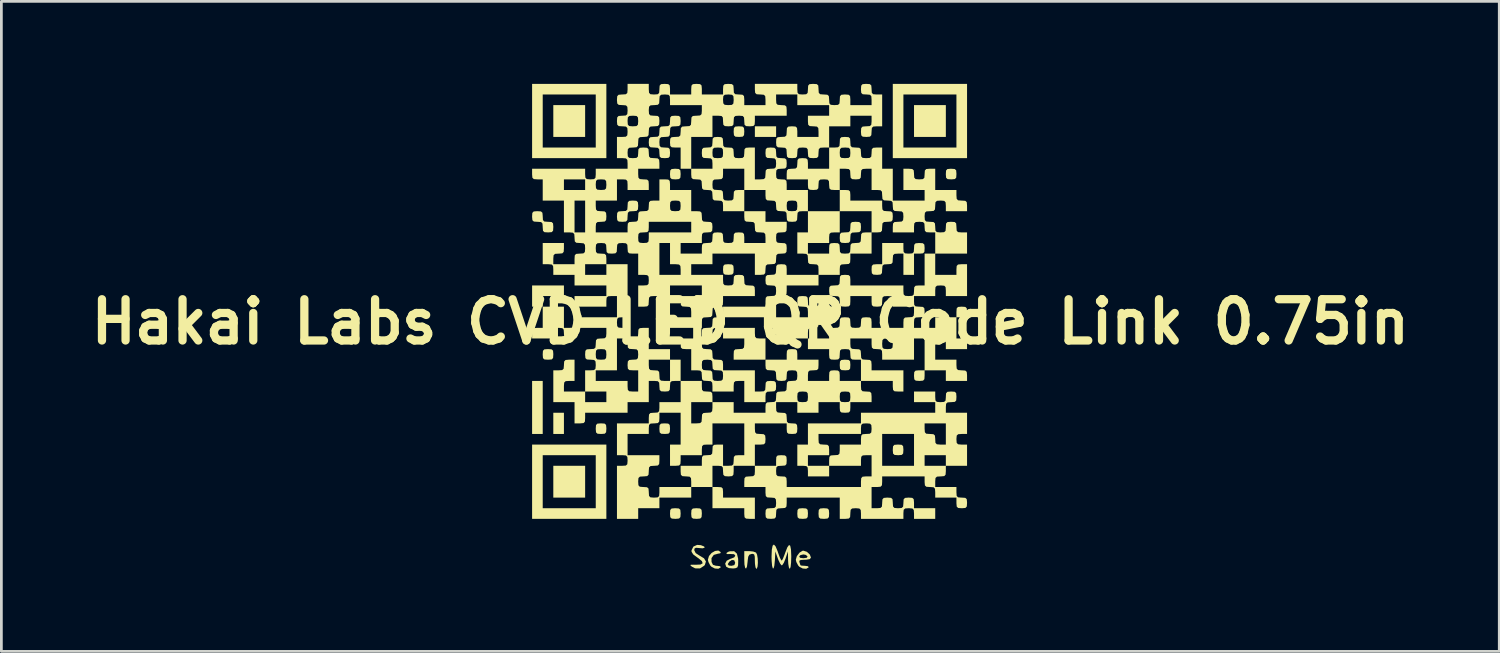
<source format=kicad_pcb>
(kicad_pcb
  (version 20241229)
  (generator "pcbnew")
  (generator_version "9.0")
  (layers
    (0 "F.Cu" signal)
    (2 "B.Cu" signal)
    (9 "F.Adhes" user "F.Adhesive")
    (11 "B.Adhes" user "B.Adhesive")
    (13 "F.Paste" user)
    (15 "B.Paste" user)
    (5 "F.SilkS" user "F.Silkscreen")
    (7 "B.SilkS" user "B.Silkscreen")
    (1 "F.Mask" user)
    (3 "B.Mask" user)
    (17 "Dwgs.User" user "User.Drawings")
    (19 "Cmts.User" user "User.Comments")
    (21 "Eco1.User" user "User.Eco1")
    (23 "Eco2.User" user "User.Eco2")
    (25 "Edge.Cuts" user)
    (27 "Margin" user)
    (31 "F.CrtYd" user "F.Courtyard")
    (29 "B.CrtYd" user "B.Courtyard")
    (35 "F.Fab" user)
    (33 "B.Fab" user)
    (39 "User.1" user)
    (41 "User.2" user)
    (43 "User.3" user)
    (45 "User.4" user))
  (footprint "Hakai Labs CVD LED QR Code Link 0.75in"
    (layer "F.Cu")
    (at 24.229 8.65)
    (property "Reference" "Hakai Labs CVD LED QR Code Link 0.75in" (at 0 0 0) (layer "F.SilkS") (effects (font (size 1.5 1.5) (thickness 0.3))))
    (attr board_only exclude_from_pos_files exclude_from_bom)
    (fp_poly (pts (xy -7.548 3.113) (xy -7.548 4.077) (xy -7.741 4.077) (xy -7.934 4.077) (xy -7.934 3.113) (xy -7.934 2.149) (xy -7.741 2.149) (xy -7.548 2.149)) (stroke (width 0) (type solid)) (fill yes) (layer "F.SilkS"))
    (fp_poly (pts (xy -6.777 3.692) (xy -6.777 4.077) (xy -6.97 4.077) (xy -7.163 4.077) (xy -7.163 3.692) (xy -7.163 3.306) (xy -6.97 3.306) (xy -6.777 3.306)) (stroke (width 0) (type solid)) (fill yes) (layer "F.SilkS"))
    (fp_poly (pts (xy -6.006 -7.3) (xy -6.006 -6.722) (xy -6.584 -6.722) (xy -7.163 -6.722) (xy -7.163 -7.3) (xy -7.163 -7.879) (xy -6.584 -7.879) (xy -6.006 -7.879)) (stroke (width 0) (type solid)) (fill yes) (layer "F.SilkS"))
    (fp_poly (pts (xy -6.006 5.813) (xy -6.006 6.391) (xy -6.584 6.391) (xy -7.163 6.391) (xy -7.163 5.813) (xy -7.163 5.234) (xy -6.584 5.234) (xy -6.006 5.234)) (stroke (width 0) (type solid)) (fill yes) (layer "F.SilkS"))
    (fp_poly (pts (xy 0.937 -6.915) (xy 0.937 -6.722) (xy 0.551 -6.722) (xy 0.165 -6.722) (xy 0.165 -6.915) (xy 0.165 -7.108) (xy 0.551 -7.108) (xy 0.937 -7.108)) (stroke (width 0) (type solid)) (fill yes) (layer "F.SilkS"))
    (fp_poly (pts (xy 7.108 -7.3) (xy 7.108 -6.722) (xy 6.529 -6.722) (xy 5.951 -6.722) (xy 5.951 -7.3) (xy 5.951 -7.879) (xy 6.529 -7.879) (xy 7.108 -7.879)) (stroke (width 0) (type solid)) (fill yes) (layer "F.SilkS"))
    (fp_poly (pts (xy -6.777 -1.13) (xy -6.777 -0.937) (xy -7.163 -0.937) (xy -7.548 -0.937) (xy -7.548 -0.744) (xy -7.548 -0.551) (xy -7.741 -0.551) (xy -7.934 -0.551) (xy -7.934 -0.937) (xy -7.934 -1.322) (xy -7.356 -1.322) (xy -6.777 -1.322)) (stroke (width 0) (type solid)) (fill yes) (layer "F.SilkS"))
    (fp_poly (pts (xy -7.226 1) (xy -7.173 1.048) (xy -7.163 1.17) (xy -7.163 1.185) (xy -7.171 1.314) (xy -7.219 1.367) (xy -7.341 1.377) (xy -7.356 1.377) (xy -7.485 1.369) (xy -7.538 1.321) (xy -7.548 1.199) (xy -7.548 1.185) (xy -7.54 1.055) (xy -7.492 1.002) (xy -7.37 0.992) (xy -7.356 0.992)) (stroke (width 0) (type solid)) (fill yes) (layer "F.SilkS"))
    (fp_poly (pts (xy -5.298 3.7) (xy -5.245 3.748) (xy -5.234 3.87) (xy -5.234 3.884) (xy -5.243 4.014) (xy -5.291 4.067) (xy -5.412 4.077) (xy -5.427 4.077) (xy -5.556 4.069) (xy -5.609 4.021) (xy -5.62 3.899) (xy -5.62 3.884) (xy -5.611 3.755) (xy -5.563 3.702) (xy -5.442 3.692) (xy -5.427 3.692)) (stroke (width 0) (type solid)) (fill yes) (layer "F.SilkS"))
    (fp_poly (pts (xy -2.984 3.7) (xy -2.931 3.748) (xy -2.92 3.87) (xy -2.92 3.884) (xy -2.929 4.014) (xy -2.977 4.067) (xy -3.098 4.077) (xy -3.113 4.077) (xy -3.242 4.069) (xy -3.295 4.021) (xy -3.306 3.899) (xy -3.306 3.884) (xy -3.297 3.755) (xy -3.249 3.702) (xy -3.128 3.692) (xy -3.113 3.692)) (stroke (width 0) (type solid)) (fill yes) (layer "F.SilkS"))
    (fp_poly (pts (xy -2.598 -5.556) (xy -2.545 -5.508) (xy -2.535 -5.387) (xy -2.534 -5.372) (xy -2.543 -5.243) (xy -2.591 -5.19) (xy -2.713 -5.179) (xy -2.727 -5.179) (xy -2.857 -5.188) (xy -2.91 -5.236) (xy -2.92 -5.357) (xy -2.92 -5.372) (xy -2.912 -5.501) (xy -2.864 -5.554) (xy -2.742 -5.565) (xy -2.727 -5.565)) (stroke (width 0) (type solid)) (fill yes) (layer "F.SilkS"))
    (fp_poly (pts (xy -2.598 6.786) (xy -2.545 6.834) (xy -2.535 6.955) (xy -2.534 6.97) (xy -2.543 7.099) (xy -2.591 7.152) (xy -2.713 7.163) (xy -2.727 7.163) (xy -2.857 7.154) (xy -2.91 7.106) (xy -2.92 6.985) (xy -2.92 6.97) (xy -2.912 6.841) (xy -2.864 6.788) (xy -2.742 6.777) (xy -2.727 6.777)) (stroke (width 0) (type solid)) (fill yes) (layer "F.SilkS"))
    (fp_poly (pts (xy -1.827 6.786) (xy -1.774 6.834) (xy -1.763 6.955) (xy -1.763 6.97) (xy -1.772 7.099) (xy -1.82 7.152) (xy -1.941 7.163) (xy -1.956 7.163) (xy -2.085 7.154) (xy -2.138 7.106) (xy -2.149 6.985) (xy -2.149 6.97) (xy -2.14 6.841) (xy -2.092 6.788) (xy -1.971 6.777) (xy -1.956 6.777)) (stroke (width 0) (type solid)) (fill yes) (layer "F.SilkS"))
    (fp_poly (pts (xy -0.67 -2.085) (xy -0.617 -2.037) (xy -0.606 -1.916) (xy -0.606 -1.901) (xy -0.615 -1.772) (xy -0.663 -1.719) (xy -0.784 -1.708) (xy -0.799 -1.708) (xy -0.928 -1.717) (xy -0.981 -1.765) (xy -0.992 -1.886) (xy -0.992 -1.901) (xy -0.983 -2.03) (xy -0.935 -2.083) (xy -0.814 -2.094) (xy -0.799 -2.094)) (stroke (width 0) (type solid)) (fill yes) (layer "F.SilkS"))
    (fp_poly (pts (xy -0.284 -7.099) (xy -0.231 -7.051) (xy -0.22 -6.929) (xy -0.22 -6.915) (xy -0.229 -6.786) (xy -0.277 -6.732) (xy -0.399 -6.722) (xy -0.413 -6.722) (xy -0.542 -6.73) (xy -0.595 -6.779) (xy -0.606 -6.9) (xy -0.606 -6.915) (xy -0.598 -7.044) (xy -0.549 -7.097) (xy -0.428 -7.108) (xy -0.413 -7.108)) (stroke (width 0) (type solid)) (fill yes) (layer "F.SilkS"))
    (fp_poly (pts (xy 2.03 6.786) (xy 2.083 6.834) (xy 2.094 6.955) (xy 2.094 6.97) (xy 2.085 7.099) (xy 2.037 7.152) (xy 1.916 7.163) (xy 1.901 7.163) (xy 1.772 7.154) (xy 1.719 7.106) (xy 1.708 6.985) (xy 1.708 6.97) (xy 1.717 6.841) (xy 1.765 6.788) (xy 1.886 6.777) (xy 1.901 6.777)) (stroke (width 0) (type solid)) (fill yes) (layer "F.SilkS"))
    (fp_poly (pts (xy 2.801 6.786) (xy 2.854 6.834) (xy 2.865 6.955) (xy 2.865 6.97) (xy 2.857 7.099) (xy 2.808 7.152) (xy 2.687 7.163) (xy 2.672 7.163) (xy 2.543 7.154) (xy 2.49 7.106) (xy 2.479 6.985) (xy 2.479 6.97) (xy 2.488 6.841) (xy 2.536 6.788) (xy 2.658 6.777) (xy 2.672 6.777)) (stroke (width 0) (type solid)) (fill yes) (layer "F.SilkS"))
    (fp_poly (pts (xy 3.573 1.386) (xy 3.626 1.434) (xy 3.636 1.556) (xy 3.636 1.57) (xy 3.628 1.7) (xy 3.58 1.753) (xy 3.458 1.763) (xy 3.444 1.763) (xy 3.314 1.755) (xy 3.261 1.706) (xy 3.251 1.585) (xy 3.251 1.57) (xy 3.259 1.441) (xy 3.307 1.388) (xy 3.429 1.377) (xy 3.444 1.377)) (stroke (width 0) (type solid)) (fill yes) (layer "F.SilkS"))
    (fp_poly (pts (xy 5.501 4.471) (xy 5.554 4.52) (xy 5.565 4.641) (xy 5.565 4.656) (xy 5.556 4.785) (xy 5.508 4.838) (xy 5.387 4.849) (xy 5.372 4.849) (xy 5.243 4.84) (xy 5.19 4.792) (xy 5.179 4.67) (xy 5.179 4.656) (xy 5.188 4.526) (xy 5.236 4.473) (xy 5.357 4.463) (xy 5.372 4.463)) (stroke (width 0) (type solid)) (fill yes) (layer "F.SilkS"))
    (fp_poly (pts (xy 7.43 -5.556) (xy 7.483 -5.508) (xy 7.493 -5.387) (xy 7.493 -5.372) (xy 7.485 -5.243) (xy 7.437 -5.19) (xy 7.315 -5.179) (xy 7.3 -5.179) (xy 7.171 -5.188) (xy 7.118 -5.236) (xy 7.108 -5.357) (xy 7.108 -5.372) (xy 7.116 -5.501) (xy 7.164 -5.554) (xy 7.286 -5.565) (xy 7.3 -5.565)) (stroke (width 0) (type solid)) (fill yes) (layer "F.SilkS"))
    (fp_poly (pts (xy -5.234 -7.3) (xy -5.234 -5.951) (xy -6.584 -5.951) (xy -7.934 -5.951) (xy -7.934 -7.3) (xy -7.548 -7.3) (xy -7.548 -6.336) (xy -6.584 -6.336) (xy -5.62 -6.336) (xy -5.62 -7.3) (xy -5.62 -8.265) (xy -6.584 -8.265) (xy -7.548 -8.265) (xy -7.548 -7.3) (xy -7.934 -7.3) (xy -7.934 -8.65) (xy -6.584 -8.65) (xy -5.234 -8.65)) (stroke (width 0) (type solid)) (fill yes) (layer "F.SilkS"))
    (fp_poly (pts (xy -5.234 5.813) (xy -5.234 7.163) (xy -6.584 7.163) (xy -7.934 7.163) (xy -7.934 5.813) (xy -7.548 5.813) (xy -7.548 6.777) (xy -6.584 6.777) (xy -5.62 6.777) (xy -5.62 5.813) (xy -5.62 4.849) (xy -6.584 4.849) (xy -7.548 4.849) (xy -7.548 5.813) (xy -7.934 5.813) (xy -7.934 4.463) (xy -6.584 4.463) (xy -5.234 4.463)) (stroke (width 0) (type solid)) (fill yes) (layer "F.SilkS"))
    (fp_poly (pts (xy 7.879 -7.3) (xy 7.879 -5.951) (xy 6.529 -5.951) (xy 5.179 -5.951) (xy 5.179 -7.3) (xy 5.565 -7.3) (xy 5.565 -6.336) (xy 6.529 -6.336) (xy 7.493 -6.336) (xy 7.493 -7.3) (xy 7.493 -8.265) (xy 6.529 -8.265) (xy 5.565 -8.265) (xy 5.565 -7.3) (xy 5.179 -7.3) (xy 5.179 -8.65) (xy 6.529 -8.65) (xy 7.879 -8.65)) (stroke (width 0) (type solid)) (fill yes) (layer "F.SilkS"))
    (fp_poly (pts (xy -1.055 6.014) (xy -1.002 6.062) (xy -0.992 6.184) (xy -0.992 6.198) (xy -0.992 6.391) (xy -0.413 6.391) (xy 0.165 6.391) (xy 0.165 6.777) (xy 0.165 7.163) (xy -0.028 7.163) (xy -0.157 7.154) (xy -0.21 7.106) (xy -0.22 6.985) (xy -0.22 6.97) (xy -0.22 6.777) (xy -0.799 6.777) (xy -1.377 6.777) (xy -1.377 6.391) (xy -1.377 6.006) (xy -1.185 6.006)) (stroke (width 0) (type solid)) (fill yes) (layer "F.SilkS"))
    (fp_poly (pts (xy -1.076 8.373) (xy -1.074 8.375) (xy -1.093 8.416) (xy -1.175 8.43) (xy -1.33 8.474) (xy -1.412 8.59) (xy -1.41 8.732) (xy -1.359 8.834) (xy -1.253 8.869) (xy -1.208 8.871) (xy -1.098 8.886) (xy -1.073 8.924) (xy -1.074 8.926) (xy -1.162 8.978) (xy -1.291 8.968) (xy -1.413 8.905) (xy -1.457 8.858) (xy -1.522 8.735) (xy -1.543 8.65) (xy -1.504 8.516) (xy -1.409 8.404) (xy -1.286 8.331) (xy -1.165 8.315)) (stroke (width 0) (type solid)) (fill yes) (layer "F.SilkS"))
    (fp_poly (pts (xy 0.105 8.351) (xy 0.206 8.389) (xy 0.207 8.389) (xy 0.245 8.466) (xy 0.268 8.601) (xy 0.274 8.755) (xy 0.264 8.892) (xy 0.237 8.973) (xy 0.22 8.981) (xy 0.189 8.931) (xy 0.169 8.804) (xy 0.165 8.702) (xy 0.161 8.537) (xy 0.14 8.457) (xy 0.09 8.436) (xy 0.041 8.44) (xy -0.036 8.467) (xy -0.077 8.54) (xy -0.097 8.688) (xy -0.099 8.719) (xy -0.122 8.898) (xy -0.155 8.972) (xy -0.188 8.947) (xy -0.213 8.826) (xy -0.22 8.66) (xy -0.22 8.338) (xy -0.041 8.336)) (stroke (width 0) (type solid)) (fill yes) (layer "F.SilkS"))
    (fp_poly (pts (xy -1.799 8.12) (xy -1.679 8.168) (xy -1.66 8.212) (xy -1.735 8.235) (xy -1.846 8.226) (xy -1.976 8.214) (xy -2.03 8.243) (xy -2.039 8.303) (xy -1.987 8.408) (xy -1.864 8.489) (xy -1.684 8.598) (xy -1.614 8.714) (xy -1.653 8.838) (xy -1.678 8.867) (xy -1.831 8.966) (xy -2.006 8.963) (xy -2.125 8.901) (xy -2.18 8.853) (xy -2.164 8.832) (xy -2.06 8.83) (xy -1.989 8.832) (xy -1.809 8.824) (xy -1.733 8.778) (xy -1.761 8.7) (xy -1.894 8.59) (xy -1.928 8.568) (xy -2.077 8.456) (xy -2.137 8.36) (xy -2.138 8.309) (xy -2.071 8.172) (xy -1.935 8.11)) (stroke (width 0) (type solid)) (fill yes) (layer "F.SilkS"))
    (fp_poly (pts (xy -7.612 -4.014) (xy -7.559 -3.965) (xy -7.548 -3.844) (xy -7.548 -3.829) (xy -7.54 -3.7) (xy -7.492 -3.647) (xy -7.37 -3.636) (xy -7.356 -3.636) (xy -7.226 -3.628) (xy -7.173 -3.58) (xy -7.163 -3.458) (xy -7.163 -3.444) (xy -7.171 -3.314) (xy -7.219 -3.261) (xy -7.341 -3.251) (xy -7.356 -3.251) (xy -7.485 -3.259) (xy -7.538 -3.307) (xy -7.548 -3.429) (xy -7.548 -3.444) (xy -7.557 -3.573) (xy -7.605 -3.626) (xy -7.727 -3.636) (xy -7.741 -3.636) (xy -7.87 -3.645) (xy -7.923 -3.693) (xy -7.934 -3.815) (xy -7.934 -3.829) (xy -7.926 -3.959) (xy -7.877 -4.012) (xy -7.756 -4.022) (xy -7.741 -4.022)) (stroke (width 0) (type solid)) (fill yes) (layer "F.SilkS"))
    (fp_poly (pts (xy -4.141 -4.399) (xy -4.088 -4.351) (xy -4.077 -4.23) (xy -4.077 -4.215) (xy -4.086 -4.086) (xy -4.134 -4.033) (xy -4.255 -4.022) (xy -4.27 -4.022) (xy -4.399 -4.014) (xy -4.452 -3.965) (xy -4.463 -3.844) (xy -4.463 -3.829) (xy -4.471 -3.7) (xy -4.52 -3.647) (xy -4.641 -3.636) (xy -4.656 -3.636) (xy -4.785 -3.645) (xy -4.838 -3.693) (xy -4.849 -3.815) (xy -4.849 -3.829) (xy -4.84 -3.959) (xy -4.792 -4.012) (xy -4.67 -4.022) (xy -4.656 -4.022) (xy -4.527 -4.031) (xy -4.473 -4.079) (xy -4.463 -4.2) (xy -4.463 -4.215) (xy -4.454 -4.344) (xy -4.406 -4.397) (xy -4.285 -4.408) (xy -4.27 -4.408)) (stroke (width 0) (type solid)) (fill yes) (layer "F.SilkS"))
    (fp_poly (pts (xy 3.959 -3.628) (xy 4.012 -3.58) (xy 4.022 -3.458) (xy 4.022 -3.444) (xy 4.014 -3.314) (xy 3.965 -3.261) (xy 3.844 -3.251) (xy 3.829 -3.251) (xy 3.7 -3.242) (xy 3.647 -3.194) (xy 3.636 -3.073) (xy 3.636 -3.058) (xy 3.628 -2.929) (xy 3.58 -2.876) (xy 3.458 -2.865) (xy 3.444 -2.865) (xy 3.314 -2.874) (xy 3.261 -2.922) (xy 3.251 -3.043) (xy 3.251 -3.058) (xy 3.259 -3.187) (xy 3.307 -3.24) (xy 3.429 -3.251) (xy 3.444 -3.251) (xy 3.573 -3.259) (xy 3.626 -3.307) (xy 3.636 -3.429) (xy 3.636 -3.444) (xy 3.645 -3.573) (xy 3.693 -3.626) (xy 3.815 -3.636) (xy 3.829 -3.636)) (stroke (width 0) (type solid)) (fill yes) (layer "F.SilkS"))
    (fp_poly (pts (xy -0.488 8.429) (xy -0.444 8.612) (xy -0.441 8.698) (xy -0.445 8.854) (xy -0.473 8.93) (xy -0.545 8.959) (xy -0.627 8.967) (xy -0.777 8.955) (xy -0.875 8.906) (xy -0.876 8.905) (xy -0.909 8.809) (xy -0.822 8.809) (xy -0.782 8.86) (xy -0.689 8.871) (xy -0.581 8.845) (xy -0.551 8.761) (xy -0.586 8.669) (xy -0.672 8.659) (xy -0.76 8.716) (xy -0.822 8.809) (xy -0.909 8.809) (xy -0.915 8.791) (xy -0.86 8.686) (xy -0.729 8.617) (xy -0.709 8.613) (xy -0.585 8.563) (xy -0.546 8.498) (xy -0.593 8.448) (xy -0.716 8.442) (xy -0.844 8.443) (xy -0.877 8.41) (xy -0.808 8.363) (xy -0.743 8.342) (xy -0.587 8.34)) (stroke (width 0) (type solid)) (fill yes) (layer "F.SilkS"))
    (fp_poly (pts (xy 2.057 8.362) (xy 2.164 8.463) (xy 2.204 8.572) (xy 2.163 8.627) (xy 2.032 8.649) (xy 1.978 8.65) (xy 1.835 8.658) (xy 1.78 8.688) (xy 1.785 8.737) (xy 1.814 8.825) (xy 1.818 8.848) (xy 1.866 8.864) (xy 1.982 8.871) (xy 1.987 8.871) (xy 2.097 8.886) (xy 2.122 8.924) (xy 2.121 8.926) (xy 2.033 8.978) (xy 1.905 8.968) (xy 1.782 8.905) (xy 1.739 8.858) (xy 1.674 8.735) (xy 1.653 8.65) (xy 1.689 8.526) (xy 1.777 8.526) (xy 1.806 8.579) (xy 1.928 8.595) (xy 2.055 8.577) (xy 2.08 8.526) (xy 2.014 8.473) (xy 1.928 8.457) (xy 1.819 8.483) (xy 1.777 8.526) (xy 1.689 8.526) (xy 1.692 8.518) (xy 1.784 8.395) (xy 1.895 8.325) (xy 1.928 8.32)) (stroke (width 0) (type solid)) (fill yes) (layer "F.SilkS"))
    (fp_poly (pts (xy 0.917 8.162) (xy 0.99 8.336) (xy 1.014 8.407) (xy 1.071 8.565) (xy 1.12 8.662) (xy 1.148 8.679) (xy 1.186 8.609) (xy 1.241 8.472) (xy 1.271 8.388) (xy 1.346 8.197) (xy 1.407 8.115) (xy 1.45 8.141) (xy 1.478 8.276) (xy 1.488 8.517) (xy 1.488 8.536) (xy 1.481 8.755) (xy 1.464 8.91) (xy 1.438 8.979) (xy 1.433 8.981) (xy 1.402 8.931) (xy 1.38 8.802) (xy 1.372 8.664) (xy 1.367 8.347) (xy 1.279 8.61) (xy 1.22 8.757) (xy 1.163 8.843) (xy 1.137 8.855) (xy 1.087 8.796) (xy 1.024 8.668) (xy 0.995 8.592) (xy 0.909 8.347) (xy 0.893 8.664) (xy 0.873 8.865) (xy 0.846 8.963) (xy 0.817 8.963) (xy 0.791 8.871) (xy 0.775 8.693) (xy 0.771 8.54) (xy 0.781 8.287) (xy 0.81 8.139) (xy 0.856 8.097)) (stroke (width 0) (type solid)) (fill yes) (layer "F.SilkS"))
    (fp_poly (pts (xy 5.565 -2.672) (xy 5.573 -2.543) (xy 5.622 -2.49) (xy 5.743 -2.479) (xy 5.758 -2.479) (xy 5.887 -2.488) (xy 5.94 -2.536) (xy 5.951 -2.658) (xy 5.951 -2.672) (xy 5.959 -2.801) (xy 6.007 -2.854) (xy 6.129 -2.865) (xy 6.143 -2.865) (xy 6.273 -2.857) (xy 6.326 -2.808) (xy 6.336 -2.687) (xy 6.336 -2.672) (xy 6.328 -2.543) (xy 6.28 -2.49) (xy 6.158 -2.479) (xy 6.143 -2.479) (xy 5.951 -2.479) (xy 5.951 -2.094) (xy 5.951 -1.708) (xy 5.758 -1.708) (xy 5.565 -1.708) (xy 5.565 -2.094) (xy 5.565 -2.479) (xy 5.372 -2.479) (xy 5.243 -2.471) (xy 5.19 -2.423) (xy 5.179 -2.301) (xy 5.179 -2.287) (xy 5.171 -2.157) (xy 5.123 -2.104) (xy 5.001 -2.094) (xy 4.986 -2.094) (xy 4.857 -2.085) (xy 4.804 -2.037) (xy 4.794 -1.916) (xy 4.793 -1.901) (xy 4.785 -1.772) (xy 4.737 -1.719) (xy 4.615 -1.708) (xy 4.601 -1.708) (xy 4.471 -1.717) (xy 4.418 -1.765) (xy 4.408 -1.886) (xy 4.408 -1.901) (xy 4.416 -2.03) (xy 4.464 -2.083) (xy 4.586 -2.094) (xy 4.601 -2.094) (xy 4.793 -2.094) (xy 4.793 -2.479) (xy 4.793 -2.865) (xy 5.179 -2.865) (xy 5.565 -2.865)) (stroke (width 0) (type solid)) (fill yes) (layer "F.SilkS"))
    (fp_poly (pts (xy -2.598 -7.485) (xy -2.545 -7.437) (xy -2.535 -7.315) (xy -2.534 -7.3) (xy -2.543 -7.171) (xy -2.591 -7.118) (xy -2.713 -7.108) (xy -2.727 -7.108) (xy -2.857 -7.099) (xy -2.91 -7.051) (xy -2.92 -6.929) (xy -2.92 -6.915) (xy -2.929 -6.786) (xy -2.977 -6.732) (xy -3.098 -6.722) (xy -3.113 -6.722) (xy -3.242 -6.713) (xy -3.295 -6.665) (xy -3.306 -6.544) (xy -3.306 -6.529) (xy -3.297 -6.4) (xy -3.249 -6.347) (xy -3.128 -6.336) (xy -3.113 -6.336) (xy -2.984 -6.328) (xy -2.931 -6.28) (xy -2.92 -6.158) (xy -2.92 -6.143) (xy -2.929 -6.014) (xy -2.977 -5.961) (xy -3.098 -5.951) (xy -3.113 -5.951) (xy -3.242 -5.959) (xy -3.295 -6.007) (xy -3.306 -6.129) (xy -3.306 -6.143) (xy -3.314 -6.273) (xy -3.363 -6.326) (xy -3.484 -6.336) (xy -3.499 -6.336) (xy -3.628 -6.345) (xy -3.681 -6.393) (xy -3.692 -6.514) (xy -3.692 -6.529) (xy -3.683 -6.658) (xy -3.635 -6.711) (xy -3.513 -6.722) (xy -3.499 -6.722) (xy -3.369 -6.73) (xy -3.316 -6.779) (xy -3.306 -6.9) (xy -3.306 -6.915) (xy -3.297 -7.044) (xy -3.249 -7.097) (xy -3.128 -7.108) (xy -3.113 -7.108) (xy -2.984 -7.116) (xy -2.931 -7.164) (xy -2.92 -7.286) (xy -2.92 -7.3) (xy -2.912 -7.43) (xy -2.864 -7.483) (xy -2.742 -7.493) (xy -2.727 -7.493)) (stroke (width 0) (type solid)) (fill yes) (layer "F.SilkS"))
    (fp_poly (pts (xy -1.055 -6.713) (xy -1.002 -6.665) (xy -0.992 -6.544) (xy -0.992 -6.529) (xy -0.983 -6.4) (xy -0.935 -6.347) (xy -0.814 -6.336) (xy -0.799 -6.336) (xy -0.67 -6.328) (xy -0.617 -6.28) (xy -0.606 -6.158) (xy -0.606 -6.143) (xy -0.598 -6.014) (xy -0.549 -5.961) (xy -0.428 -5.951) (xy -0.413 -5.951) (xy -0.284 -5.959) (xy -0.231 -6.007) (xy -0.22 -6.129) (xy -0.22 -6.143) (xy -0.212 -6.273) (xy -0.164 -6.326) (xy -0.042 -6.336) (xy -0.028 -6.336) (xy 0.165 -6.336) (xy 0.165 -5.758) (xy 0.165 -5.179) (xy 0.358 -5.179) (xy 0.487 -5.188) (xy 0.54 -5.236) (xy 0.551 -5.357) (xy 0.551 -5.372) (xy 0.56 -5.501) (xy 0.608 -5.554) (xy 0.729 -5.565) (xy 0.744 -5.565) (xy 0.873 -5.573) (xy 0.926 -5.622) (xy 0.937 -5.743) (xy 0.937 -5.758) (xy 0.928 -5.887) (xy 0.88 -5.94) (xy 0.758 -5.951) (xy 0.744 -5.951) (xy 0.615 -5.959) (xy 0.562 -6.007) (xy 0.551 -6.129) (xy 0.551 -6.143) (xy 0.56 -6.273) (xy 0.608 -6.326) (xy 0.729 -6.336) (xy 0.744 -6.336) (xy 0.873 -6.328) (xy 0.926 -6.28) (xy 0.937 -6.158) (xy 0.937 -6.143) (xy 0.945 -6.014) (xy 0.993 -5.961) (xy 1.115 -5.951) (xy 1.13 -5.951) (xy 1.259 -5.942) (xy 1.312 -5.894) (xy 1.322 -5.772) (xy 1.322 -5.758) (xy 1.314 -5.628) (xy 1.266 -5.575) (xy 1.144 -5.565) (xy 1.13 -5.565) (xy 1 -5.556) (xy 0.947 -5.508) (xy 0.937 -5.387) (xy 0.937 -5.372) (xy 0.945 -5.243) (xy 0.993 -5.19) (xy 1.115 -5.179) (xy 1.13 -5.179) (xy 1.259 -5.171) (xy 1.312 -5.123) (xy 1.322 -5.001) (xy 1.322 -4.986) (xy 1.322 -4.793) (xy 1.708 -4.793) (xy 2.094 -4.793) (xy 2.094 -4.408) (xy 2.094 -4.022) (xy 2.672 -4.022) (xy 3.251 -4.022) (xy 3.251 -4.408) (xy 3.251 -4.793) (xy 3.444 -4.793) (xy 3.573 -4.785) (xy 3.626 -4.737) (xy 3.636 -4.615) (xy 3.636 -4.601) (xy 3.636 -4.408) (xy 4.215 -4.408) (xy 4.793 -4.408) (xy 4.793 -4.215) (xy 4.802 -4.086) (xy 4.85 -4.033) (xy 4.972 -4.022) (xy 4.986 -4.022) (xy 5.116 -4.014) (xy 5.169 -3.965) (xy 5.179 -3.844) (xy 5.179 -3.829) (xy 5.171 -3.7) (xy 5.123 -3.647) (xy 5.001 -3.636) (xy 4.986 -3.636) (xy 4.857 -3.628) (xy 4.804 -3.58) (xy 4.794 -3.458) (xy 4.793 -3.444) (xy 4.785 -3.314) (xy 4.737 -3.261) (xy 4.615 -3.251) (xy 4.601 -3.251) (xy 4.408 -3.251) (xy 4.408 -2.865) (xy 4.408 -2.479) (xy 4.022 -2.479) (xy 3.636 -2.479) (xy 3.636 -2.287) (xy 3.628 -2.157) (xy 3.58 -2.104) (xy 3.458 -2.094) (xy 3.444 -2.094) (xy 3.314 -2.085) (xy 3.261 -2.037) (xy 3.251 -1.916) (xy 3.251 -1.901) (xy 3.251 -1.708) (xy 2.865 -1.708) (xy 2.479 -1.708) (xy 2.479 -1.515) (xy 2.479 -1.322) (xy 1.901 -1.322) (xy 1.322 -1.322) (xy 1.322 -1.13) (xy 1.314 -1) (xy 1.266 -0.947) (xy 1.144 -0.937) (xy 1.13 -0.937) (xy 0.937 -0.937) (xy 0.937 -0.551) (xy 0.937 -0.165) (xy 1.515 -0.165) (xy 2.094 -0.165) (xy 2.094 -0.358) (xy 2.085 -0.487) (xy 2.037 -0.54) (xy 1.916 -0.551) (xy 1.901 -0.551) (xy 1.772 -0.56) (xy 1.719 -0.608) (xy 1.708 -0.729) (xy 1.708 -0.744) (xy 1.717 -0.873) (xy 1.765 -0.926) (xy 1.886 -0.937) (xy 1.901 -0.937) (xy 2.03 -0.928) (xy 2.083 -0.88) (xy 2.094 -0.758) (xy 2.094 -0.744) (xy 2.102 -0.615) (xy 2.15 -0.562) (xy 2.272 -0.551) (xy 2.287 -0.551) (xy 2.416 -0.56) (xy 2.469 -0.608) (xy 2.479 -0.729) (xy 2.479 -0.744) (xy 2.488 -0.873) (xy 2.536 -0.926) (xy 2.658 -0.937) (xy 2.672 -0.937) (xy 2.801 -0.928) (xy 2.854 -0.88) (xy 2.865 -0.758) (xy 2.865 -0.744) (xy 2.874 -0.615) (xy 2.922 -0.562) (xy 3.043 -0.551) (xy 3.058 -0.551) (xy 3.187 -0.542) (xy 3.24 -0.494) (xy 3.251 -0.373) (xy 3.251 -0.358) (xy 3.251 -0.165) (xy 2.865 -0.165) (xy 2.479 -0.165) (xy 2.479 0.028) (xy 2.471 0.157) (xy 2.423 0.21) (xy 2.301 0.22) (xy 2.287 0.22) (xy 2.157 0.229) (xy 2.104 0.277) (xy 2.094 0.399) (xy 2.094 0.413) (xy 2.094 0.606) (xy 1.515 0.606) (xy 0.937 0.606) (xy 0.937 0.413) (xy 0.928 0.284) (xy 0.88 0.231) (xy 0.758 0.22) (xy 0.744 0.22) (xy 0.615 0.212) (xy 0.562 0.164) (xy 0.551 0.042) (xy 0.551 0.028) (xy 0.551 -0.165) (xy -0.22 -0.165) (xy -0.992 -0.165) (xy -0.992 0.028) (xy -0.992 0.22) (xy -0.413 0.22) (xy 0.165 0.22) (xy 0.165 0.413) (xy 0.174 0.542) (xy 0.222 0.595) (xy 0.343 0.606) (xy 0.358 0.606) (xy 0.551 0.606) (xy 0.551 0.992) (xy 0.551 1.377) (xy -0.028 1.377) (xy -0.606 1.377) (xy -0.606 1.185) (xy -0.598 1.055) (xy -0.549 1.002) (xy -0.428 0.992) (xy -0.413 0.992) (xy -0.284 0.983) (xy -0.231 0.935) (xy -0.22 0.814) (xy -0.22 0.799) (xy -0.22 0.606) (xy -0.606 0.606) (xy -0.992 0.606) (xy -0.992 0.413) (xy -1 0.284) (xy -1.048 0.231) (xy -1.17 0.22) (xy -1.185 0.22) (xy -1.314 0.229) (xy -1.367 0.277) (xy -1.377 0.399) (xy -1.377 0.413) (xy -1.386 0.542) (xy -1.434 0.595) (xy -1.556 0.606) (xy -1.57 0.606) (xy -1.7 0.615) (xy -1.753 0.663) (xy -1.763 0.784) (xy -1.763 0.799) (xy -1.755 0.928) (xy -1.706 0.981) (xy -1.585 0.992) (xy -1.57 0.992) (xy -1.441 1) (xy -1.388 1.048) (xy -1.377 1.17) (xy -1.377 1.185) (xy -1.369 1.314) (xy -1.321 1.367) (xy -1.199 1.377) (xy -1.185 1.377) (xy -1.055 1.386) (xy -1.002 1.434) (xy -0.992 1.556) (xy -0.992 1.57) (xy -0.992 1.763) (xy -0.413 1.763) (xy 0.165 1.763) (xy 0.165 2.149) (xy 0.165 2.534) (xy 0.358 2.534) (xy 0.487 2.526) (xy 0.54 2.478) (xy 0.551 2.356) (xy 0.551 2.342) (xy 0.56 2.212) (xy 0.608 2.159) (xy 0.729 2.149) (xy 0.744 2.149) (xy 0.873 2.157) (xy 0.926 2.205) (xy 0.937 2.327) (xy 0.937 2.342) (xy 0.928 2.471) (xy 0.88 2.524) (xy 0.758 2.534) (xy 0.744 2.534) (xy 0.615 2.543) (xy 0.562 2.591) (xy 0.551 2.713) (xy 0.551 2.727) (xy 0.551 2.92) (xy 0.165 2.92) (xy -0.22 2.92) (xy -0.22 2.534) (xy -0.22 2.149) (xy -0.413 2.149) (xy -0.542 2.157) (xy -0.595 2.205) (xy -0.606 2.327) (xy -0.606 2.342) (xy -0.606 2.534) (xy -0.992 2.534) (xy -1.377 2.534) (xy -1.377 2.342) (xy -1.386 2.212) (xy -1.434 2.159) (xy -1.556 2.149) (xy -1.57 2.149) (xy -1.7 2.14) (xy -1.753 2.092) (xy -1.763 1.971) (xy -1.763 1.956) (xy -1.772 1.827) (xy -1.82 1.774) (xy -1.941 1.763) (xy -1.956 1.763) (xy -2.149 1.763) (xy -2.149 1.57) (xy -1.763 1.57) (xy -1.755 1.7) (xy -1.706 1.753) (xy -1.585 1.763) (xy -1.57 1.763) (xy -1.441 1.772) (xy -1.388 1.82) (xy -1.377 1.941) (xy -1.377 1.956) (xy -1.369 2.085) (xy -1.321 2.138) (xy -1.199 2.149) (xy -1.185 2.149) (xy -1.055 2.14) (xy -1.002 2.092) (xy -0.992 1.971) (xy -0.992 1.956) (xy -1 1.827) (xy -1.048 1.774) (xy -1.17 1.763) (xy -1.185 1.763) (xy -1.314 1.755) (xy -1.367 1.706) (xy -1.377 1.585) (xy -1.377 1.57) (xy -1.386 1.441) (xy -1.434 1.388) (xy -1.556 1.377) (xy -1.57 1.377) (xy -1.7 1.386) (xy -1.753 1.434) (xy -1.763 1.556) (xy -1.763 1.57) (xy -2.149 1.57) (xy -2.149 1.377) (xy -2.149 0.992) (xy -2.342 0.992) (xy -2.471 0.983) (xy -2.524 0.935) (xy -2.534 0.814) (xy -2.534 0.799) (xy -2.534 0.606) (xy -2.149 0.606) (xy -1.763 0.606) (xy -1.763 0.413) (xy -1.755 0.284) (xy -1.706 0.231) (xy -1.585 0.22) (xy -1.57 0.22) (xy -1.441 0.212) (xy -1.388 0.164) (xy -1.377 0.042) (xy -1.377 0.028) (xy -1.369 -0.102) (xy -1.321 -0.155) (xy -1.199 -0.165) (xy -1.185 -0.165) (xy -1.055 -0.174) (xy -1.002 -0.222) (xy -0.992 -0.343) (xy -0.992 -0.358) (xy -0.992 -0.551) (xy -0.22 -0.551) (xy 0.551 -0.551) (xy 0.551 -0.744) (xy 0.56 -0.873) (xy 0.608 -0.926) (xy 0.729 -0.937) (xy 0.744 -0.937) (xy 0.873 -0.945) (xy 0.926 -0.993) (xy 0.937 -1.115) (xy 0.937 -1.13) (xy 0.928 -1.259) (xy 0.88 -1.312) (xy 0.758 -1.322) (xy 0.744 -1.322) (xy 0.615 -1.331) (xy 0.562 -1.379) (xy 0.551 -1.501) (xy 0.551 -1.515) (xy 0.56 -1.644) (xy 0.608 -1.697) (xy 0.729 -1.708) (xy 0.744 -1.708) (xy 0.873 -1.717) (xy 0.926 -1.765) (xy 0.937 -1.886) (xy 0.937 -1.901) (xy 0.945 -2.03) (xy 0.993 -2.083) (xy 1.115 -2.094) (xy 1.13 -2.094) (xy 1.259 -2.085) (xy 1.312 -2.037) (xy 1.322 -1.916) (xy 1.322 -1.901) (xy 1.322 -1.708) (xy 1.901 -1.708) (xy 2.479 -1.708) (xy 2.479 -1.901) (xy 2.471 -2.03) (xy 2.423 -2.083) (xy 2.301 -2.094) (xy 2.287 -2.094) (xy 2.157 -2.102) (xy 2.104 -2.15) (xy 2.094 -2.272) (xy 2.094 -2.287) (xy 2.085 -2.416) (xy 2.037 -2.469) (xy 1.916 -2.479) (xy 1.901 -2.479) (xy 1.708 -2.479) (xy 1.708 -2.865) (xy 2.094 -2.865) (xy 2.094 -2.672) (xy 2.094 -2.479) (xy 2.479 -2.479) (xy 2.865 -2.479) (xy 2.865 -2.672) (xy 2.874 -2.801) (xy 2.922 -2.854) (xy 3.043 -2.865) (xy 3.058 -2.865) (xy 3.187 -2.857) (xy 3.24 -2.808) (xy 3.251 -2.687) (xy 3.251 -2.672) (xy 3.259 -2.543) (xy 3.307 -2.49) (xy 3.429 -2.479) (xy 3.444 -2.479) (xy 3.573 -2.488) (xy 3.626 -2.536) (xy 3.636 -2.658) (xy 3.636 -2.672) (xy 3.645 -2.801) (xy 3.693 -2.854) (xy 3.815 -2.865) (xy 3.829 -2.865) (xy 3.959 -2.874) (xy 4.012 -2.922) (xy 4.022 -3.043) (xy 4.022 -3.058) (xy 4.031 -3.187) (xy 4.079 -3.24) (xy 4.2 -3.251) (xy 4.215 -3.251) (xy 4.408 -3.251) (xy 4.408 -3.636) (xy 4.408 -4.022) (xy 3.829 -4.022) (xy 3.251 -4.022) (xy 3.251 -3.636) (xy 3.251 -3.251) (xy 3.058 -3.251) (xy 2.929 -3.242) (xy 2.876 -3.194) (xy 2.865 -3.073) (xy 2.865 -3.058) (xy 2.865 -2.865) (xy 2.479 -2.865) (xy 2.094 -2.865) (xy 1.708 -2.865) (xy 1.708 -3.251) (xy 1.901 -3.251) (xy 2.094 -3.251) (xy 2.094 -3.636) (xy 2.094 -4.022) (xy 1.901 -4.022) (xy 1.772 -4.014) (xy 1.719 -3.965) (xy 1.708 -3.844) (xy 1.708 -3.829) (xy 1.699 -3.7) (xy 1.651 -3.647) (xy 1.53 -3.636) (xy 1.515 -3.636) (xy 1.386 -3.645) (xy 1.333 -3.693) (xy 1.322 -3.815) (xy 1.322 -3.829) (xy 1.314 -3.959) (xy 1.266 -4.012) (xy 1.144 -4.022) (xy 1.13 -4.022) (xy 1 -4.031) (xy 0.947 -4.079) (xy 0.937 -4.2) (xy 0.937 -4.215) (xy 1.322 -4.215) (xy 1.331 -4.086) (xy 1.379 -4.033) (xy 1.501 -4.022) (xy 1.515 -4.022) (xy 1.644 -4.031) (xy 1.697 -4.079) (xy 1.708 -4.2) (xy 1.708 -4.215) (xy 1.699 -4.344) (xy 1.651 -4.397) (xy 1.53 -4.408) (xy 1.515 -4.408) (xy 1.386 -4.399) (xy 1.333 -4.351) (xy 1.322 -4.23) (xy 1.322 -4.215) (xy 0.937 -4.215) (xy 0.928 -4.344) (xy 0.88 -4.397) (xy 0.758 -4.408) (xy 0.744 -4.408) (xy 0.615 -4.416) (xy 0.562 -4.464) (xy 0.551 -4.586) (xy 0.551 -4.601) (xy 0.551 -4.793) (xy 0.165 -4.793) (xy -0.22 -4.793) (xy -0.22 -4.408) (xy -0.22 -4.022) (xy -0.606 -4.022) (xy -0.992 -4.022) (xy -0.992 -4.215) (xy -1 -4.344) (xy -1.048 -4.397) (xy -1.17 -4.408) (xy -1.185 -4.408) (xy -1.314 -4.416) (xy -1.367 -4.464) (xy -1.377 -4.586) (xy -1.377 -4.601) (xy -1.386 -4.73) (xy -1.434 -4.783) (xy -1.556 -4.793) (xy -1.57 -4.793) (xy -1.7 -4.802) (xy -1.753 -4.85) (xy -1.763 -4.972) (xy -1.763 -4.986) (xy -1.377 -4.986) (xy -1.369 -4.857) (xy -1.321 -4.804) (xy -1.199 -4.794) (xy -1.185 -4.793) (xy -1.055 -4.785) (xy -1.002 -4.737) (xy -0.992 -4.615) (xy -0.992 -4.601) (xy -0.983 -4.471) (xy -0.935 -4.418) (xy -0.814 -4.408) (xy -0.799 -4.408) (xy -0.67 -4.416) (xy -0.617 -4.464) (xy -0.606 -4.586) (xy -0.606 -4.601) (xy -0.598 -4.73) (xy -0.549 -4.783) (xy -0.428 -4.793) (xy -0.413 -4.793) (xy -0.22 -4.793) (xy -0.22 -5.179) (xy -0.22 -5.565) (xy -0.606 -5.565) (xy -0.992 -5.565) (xy -0.992 -5.372) (xy -1 -5.243) (xy -1.048 -5.19) (xy -1.17 -5.179) (xy -1.185 -5.179) (xy -1.314 -5.171) (xy -1.367 -5.123) (xy -1.377 -5.001) (xy -1.377 -4.986) (xy -1.763 -4.986) (xy -1.772 -5.116) (xy -1.82 -5.169) (xy -1.941 -5.179) (xy -1.956 -5.179) (xy -2.085 -5.188) (xy -2.138 -5.236) (xy -2.149 -5.357) (xy -2.149 -5.372) (xy -2.149 -5.565) (xy -1.763 -5.565) (xy -1.377 -5.565) (xy -1.377 -5.758) (xy -1.386 -5.887) (xy -1.434 -5.94) (xy -1.556 -5.951) (xy -1.57 -5.951) (xy -1.7 -5.959) (xy -1.753 -6.007) (xy -1.763 -6.129) (xy -1.763 -6.143) (xy -1.377 -6.143) (xy -1.369 -6.014) (xy -1.321 -5.961) (xy -1.199 -5.951) (xy -1.185 -5.951) (xy -1.055 -5.959) (xy -1.002 -6.007) (xy -0.992 -6.129) (xy -0.992 -6.143) (xy -1 -6.273) (xy -1.048 -6.326) (xy -1.17 -6.336) (xy -1.185 -6.336) (xy -1.314 -6.328) (xy -1.367 -6.28) (xy -1.377 -6.158) (xy -1.377 -6.143) (xy -1.763 -6.143) (xy -1.755 -6.273) (xy -1.706 -6.326) (xy -1.585 -6.336) (xy -1.57 -6.336) (xy -1.441 -6.345) (xy -1.388 -6.393) (xy -1.377 -6.514) (xy -1.377 -6.529) (xy -1.369 -6.658) (xy -1.321 -6.711) (xy -1.199 -6.722) (xy -1.185 -6.722)) (stroke (width 0) (type solid)) (fill yes) (layer "F.SilkS"))
    (fp_poly (pts (xy -3.692 -8.457) (xy -3.683 -8.328) (xy -3.635 -8.275) (xy -3.513 -8.265) (xy -3.499 -8.265) (xy -3.369 -8.273) (xy -3.316 -8.321) (xy -3.306 -8.443) (xy -3.306 -8.457) (xy -3.297 -8.587) (xy -3.249 -8.64) (xy -3.128 -8.65) (xy -3.113 -8.65) (xy -2.984 -8.642) (xy -2.931 -8.594) (xy -2.92 -8.472) (xy -2.92 -8.457) (xy -2.92 -8.265) (xy -2.534 -8.265) (xy -2.149 -8.265) (xy -2.149 -8.457) (xy -2.14 -8.587) (xy -2.092 -8.64) (xy -1.971 -8.65) (xy -1.956 -8.65) (xy -1.827 -8.642) (xy -1.774 -8.594) (xy -1.763 -8.472) (xy -1.763 -8.457) (xy -1.763 -8.265) (xy -1.377 -8.265) (xy -0.992 -8.265) (xy -0.992 -8.457) (xy -0.983 -8.587) (xy -0.935 -8.64) (xy -0.814 -8.65) (xy -0.799 -8.65) (xy -0.67 -8.642) (xy -0.617 -8.594) (xy -0.606 -8.472) (xy -0.606 -8.457) (xy -0.598 -8.328) (xy -0.549 -8.275) (xy -0.428 -8.265) (xy -0.413 -8.265) (xy -0.284 -8.256) (xy -0.231 -8.208) (xy -0.22 -8.086) (xy -0.22 -8.072) (xy -0.22 -7.879) (xy 0.165 -7.879) (xy 0.551 -7.879) (xy 0.551 -8.072) (xy 0.542 -8.201) (xy 0.494 -8.254) (xy 0.373 -8.265) (xy 0.358 -8.265) (xy 0.229 -8.273) (xy 0.176 -8.321) (xy 0.165 -8.443) (xy 0.165 -8.457) (xy 0.165 -8.65) (xy 0.937 -8.65) (xy 1.708 -8.65) (xy 1.708 -8.457) (xy 1.717 -8.328) (xy 1.765 -8.275) (xy 1.886 -8.265) (xy 1.901 -8.265) (xy 2.03 -8.273) (xy 2.083 -8.321) (xy 2.094 -8.443) (xy 2.094 -8.457) (xy 2.102 -8.587) (xy 2.15 -8.64) (xy 2.272 -8.65) (xy 2.287 -8.65) (xy 2.416 -8.642) (xy 2.469 -8.594) (xy 2.479 -8.472) (xy 2.479 -8.457) (xy 2.488 -8.328) (xy 2.536 -8.275) (xy 2.658 -8.265) (xy 2.672 -8.265) (xy 2.801 -8.256) (xy 2.854 -8.208) (xy 2.865 -8.086) (xy 2.865 -8.072) (xy 2.874 -7.943) (xy 2.922 -7.89) (xy 3.043 -7.879) (xy 3.058 -7.879) (xy 3.187 -7.887) (xy 3.24 -7.936) (xy 3.251 -8.057) (xy 3.251 -8.072) (xy 3.259 -8.201) (xy 3.307 -8.254) (xy 3.429 -8.265) (xy 3.444 -8.265) (xy 3.573 -8.256) (xy 3.626 -8.208) (xy 3.636 -8.086) (xy 3.636 -8.072) (xy 3.636 -7.879) (xy 4.022 -7.879) (xy 4.408 -7.879) (xy 4.408 -8.072) (xy 4.399 -8.201) (xy 4.351 -8.254) (xy 4.23 -8.265) (xy 4.215 -8.265) (xy 4.086 -8.273) (xy 4.033 -8.321) (xy 4.022 -8.443) (xy 4.022 -8.457) (xy 4.031 -8.587) (xy 4.079 -8.64) (xy 4.2 -8.65) (xy 4.215 -8.65) (xy 4.344 -8.642) (xy 4.397 -8.594) (xy 4.408 -8.472) (xy 4.408 -8.457) (xy 4.416 -8.328) (xy 4.464 -8.275) (xy 4.586 -8.265) (xy 4.601 -8.265) (xy 4.793 -8.265) (xy 4.793 -7.686) (xy 4.793 -7.108) (xy 4.601 -7.108) (xy 4.471 -7.099) (xy 4.418 -7.051) (xy 4.408 -6.929) (xy 4.408 -6.915) (xy 4.399 -6.786) (xy 4.351 -6.732) (xy 4.23 -6.722) (xy 4.215 -6.722) (xy 4.086 -6.73) (xy 4.033 -6.779) (xy 4.022 -6.9) (xy 4.022 -6.915) (xy 4.031 -7.044) (xy 4.079 -7.097) (xy 4.2 -7.108) (xy 4.215 -7.108) (xy 4.344 -7.116) (xy 4.397 -7.164) (xy 4.408 -7.286) (xy 4.408 -7.3) (xy 4.408 -7.493) (xy 4.022 -7.493) (xy 3.636 -7.493) (xy 3.636 -7.3) (xy 3.636 -7.108) (xy 3.251 -7.108) (xy 2.865 -7.108) (xy 2.865 -6.722) (xy 2.865 -6.336) (xy 3.058 -6.336) (xy 3.187 -6.345) (xy 3.24 -6.393) (xy 3.251 -6.514) (xy 3.251 -6.529) (xy 3.259 -6.658) (xy 3.307 -6.711) (xy 3.429 -6.722) (xy 3.444 -6.722) (xy 3.573 -6.713) (xy 3.626 -6.665) (xy 3.636 -6.544) (xy 3.636 -6.529) (xy 3.645 -6.4) (xy 3.693 -6.347) (xy 3.815 -6.336) (xy 3.829 -6.336) (xy 3.959 -6.328) (xy 4.012 -6.28) (xy 4.022 -6.158) (xy 4.022 -6.143) (xy 4.031 -6.014) (xy 4.079 -5.961) (xy 4.2 -5.951) (xy 4.215 -5.951) (xy 4.344 -5.959) (xy 4.397 -6.007) (xy 4.408 -6.129) (xy 4.408 -6.143) (xy 4.416 -6.273) (xy 4.464 -6.326) (xy 4.586 -6.336) (xy 4.601 -6.336) (xy 4.793 -6.336) (xy 4.793 -5.951) (xy 4.793 -5.565) (xy 4.986 -5.565) (xy 5.179 -5.565) (xy 5.179 -4.986) (xy 5.179 -4.408) (xy 5.758 -4.408) (xy 6.336 -4.408) (xy 6.336 -4.601) (xy 6.336 -4.793) (xy 5.951 -4.793) (xy 5.565 -4.793) (xy 5.565 -5.179) (xy 5.565 -5.565) (xy 5.758 -5.565) (xy 5.887 -5.556) (xy 5.94 -5.508) (xy 5.951 -5.387) (xy 5.951 -5.372) (xy 5.959 -5.243) (xy 6.007 -5.19) (xy 6.129 -5.179) (xy 6.143 -5.179) (xy 6.273 -5.188) (xy 6.326 -5.236) (xy 6.336 -5.357) (xy 6.336 -5.372) (xy 6.345 -5.501) (xy 6.393 -5.554) (xy 6.514 -5.565) (xy 6.529 -5.565) (xy 6.722 -5.565) (xy 6.722 -5.179) (xy 6.722 -4.793) (xy 7.108 -4.793) (xy 7.493 -4.793) (xy 7.493 -4.601) (xy 7.502 -4.471) (xy 7.55 -4.418) (xy 7.671 -4.408) (xy 7.686 -4.408) (xy 7.815 -4.399) (xy 7.868 -4.351) (xy 7.879 -4.23) (xy 7.879 -4.215) (xy 7.879 -4.022) (xy 7.493 -4.022) (xy 7.108 -4.022) (xy 7.108 -4.215) (xy 7.099 -4.344) (xy 7.051 -4.397) (xy 6.929 -4.408) (xy 6.915 -4.408) (xy 6.786 -4.399) (xy 6.732 -4.351) (xy 6.722 -4.23) (xy 6.722 -4.215) (xy 6.713 -4.086) (xy 6.665 -4.033) (xy 6.544 -4.022) (xy 6.529 -4.022) (xy 6.4 -4.014) (xy 6.347 -3.965) (xy 6.336 -3.844) (xy 6.336 -3.829) (xy 6.345 -3.7) (xy 6.393 -3.647) (xy 6.514 -3.636) (xy 6.529 -3.636) (xy 6.658 -3.628) (xy 6.711 -3.58) (xy 6.722 -3.458) (xy 6.722 -3.444) (xy 6.73 -3.314) (xy 6.779 -3.261) (xy 6.9 -3.251) (xy 6.915 -3.251) (xy 7.044 -3.259) (xy 7.097 -3.307) (xy 7.108 -3.429) (xy 7.108 -3.444) (xy 7.116 -3.573) (xy 7.164 -3.626) (xy 7.286 -3.636) (xy 7.3 -3.636) (xy 7.43 -3.628) (xy 7.483 -3.58) (xy 7.493 -3.458) (xy 7.493 -3.444) (xy 7.502 -3.314) (xy 7.55 -3.261) (xy 7.671 -3.251) (xy 7.686 -3.251) (xy 7.879 -3.251) (xy 7.879 -2.865) (xy 7.879 -2.479) (xy 7.3 -2.479) (xy 6.722 -2.479) (xy 6.722 -2.094) (xy 6.722 -1.708) (xy 7.108 -1.708) (xy 7.493 -1.708) (xy 7.493 -1.901) (xy 7.502 -2.03) (xy 7.55 -2.083) (xy 7.671 -2.094) (xy 7.686 -2.094) (xy 7.879 -2.094) (xy 7.879 -1.515) (xy 7.879 -0.937) (xy 7.493 -0.937) (xy 7.108 -0.937) (xy 7.108 -1.13) (xy 7.099 -1.259) (xy 7.051 -1.312) (xy 6.929 -1.322) (xy 6.915 -1.322) (xy 6.786 -1.314) (xy 6.732 -1.266) (xy 6.722 -1.144) (xy 6.722 -1.13) (xy 6.722 -0.937) (xy 6.336 -0.937) (xy 5.951 -0.937) (xy 5.951 -0.744) (xy 5.959 -0.615) (xy 6.007 -0.562) (xy 6.129 -0.551) (xy 6.143 -0.551) (xy 6.273 -0.542) (xy 6.326 -0.494) (xy 6.336 -0.373) (xy 6.336 -0.358) (xy 6.328 -0.229) (xy 6.28 -0.176) (xy 6.158 -0.165) (xy 6.143 -0.165) (xy 6.014 -0.157) (xy 5.961 -0.109) (xy 5.951 0.013) (xy 5.951 0.028) (xy 5.951 0.22) (xy 6.336 0.22) (xy 6.722 0.22) (xy 6.722 0.028) (xy 6.722 -0.165) (xy 7.108 -0.165) (xy 7.493 -0.165) (xy 7.493 -0.358) (xy 7.502 -0.487) (xy 7.55 -0.54) (xy 7.671 -0.551) (xy 7.686 -0.551) (xy 7.815 -0.542) (xy 7.868 -0.494) (xy 7.879 -0.373) (xy 7.879 -0.358) (xy 7.87 -0.229) (xy 7.822 -0.176) (xy 7.701 -0.165) (xy 7.686 -0.165) (xy 7.493 -0.165) (xy 7.493 0.22) (xy 7.493 0.606) (xy 7.686 0.606) (xy 7.815 0.615) (xy 7.868 0.663) (xy 7.879 0.784) (xy 7.879 0.799) (xy 7.879 0.992) (xy 7.493 0.992) (xy 7.108 0.992) (xy 7.108 0.799) (xy 7.099 0.67) (xy 7.051 0.617) (xy 6.929 0.606) (xy 6.915 0.606) (xy 6.722 0.606) (xy 6.722 0.992) (xy 6.722 1.377) (xy 7.108 1.377) (xy 7.493 1.377) (xy 7.493 1.57) (xy 7.502 1.7) (xy 7.55 1.753) (xy 7.671 1.763) (xy 7.686 1.763) (xy 7.815 1.772) (xy 7.868 1.82) (xy 7.879 1.941) (xy 7.879 1.956) (xy 7.879 2.149) (xy 7.493 2.149) (xy 7.108 2.149) (xy 7.108 1.956) (xy 7.108 1.763) (xy 6.722 1.763) (xy 6.336 1.763) (xy 6.336 1.956) (xy 6.328 2.085) (xy 6.28 2.138) (xy 6.158 2.149) (xy 6.143 2.149) (xy 6.014 2.14) (xy 5.961 2.092) (xy 5.951 1.971) (xy 5.951 1.956) (xy 5.959 1.827) (xy 6.007 1.774) (xy 6.129 1.763) (xy 6.143 1.763) (xy 6.336 1.763) (xy 6.336 1.185) (xy 6.336 0.606) (xy 6.143 0.606) (xy 5.951 0.606) (xy 5.951 0.992) (xy 5.951 1.377) (xy 5.372 1.377) (xy 4.793 1.377) (xy 4.793 1.185) (xy 4.785 1.055) (xy 4.737 1.002) (xy 4.615 0.992) (xy 4.601 0.992) (xy 4.471 0.983) (xy 4.418 0.935) (xy 4.408 0.814) (xy 4.408 0.799) (xy 4.793 0.799) (xy 4.802 0.928) (xy 4.85 0.981) (xy 4.972 0.992) (xy 4.986 0.992) (xy 5.116 0.983) (xy 5.169 0.935) (xy 5.179 0.814) (xy 5.179 0.799) (xy 5.171 0.67) (xy 5.123 0.617) (xy 5.001 0.606) (xy 4.986 0.606) (xy 4.857 0.615) (xy 4.804 0.663) (xy 4.794 0.784) (xy 4.793 0.799) (xy 4.408 0.799) (xy 4.408 0.606) (xy 4.022 0.606) (xy 3.636 0.606) (xy 3.636 0.799) (xy 3.645 0.928) (xy 3.693 0.981) (xy 3.815 0.992) (xy 3.829 0.992) (xy 3.959 1) (xy 4.012 1.048) (xy 4.022 1.17) (xy 4.022 1.185) (xy 4.031 1.314) (xy 4.079 1.367) (xy 4.2 1.377) (xy 4.215 1.377) (xy 4.344 1.386) (xy 4.397 1.434) (xy 4.408 1.556) (xy 4.408 1.57) (xy 4.408 1.763) (xy 4.986 1.763) (xy 5.565 1.763) (xy 5.565 2.149) (xy 5.565 2.534) (xy 5.372 2.534) (xy 5.243 2.526) (xy 5.19 2.478) (xy 5.179 2.356) (xy 5.179 2.342) (xy 5.179 2.149) (xy 4.601 2.149) (xy 4.022 2.149) (xy 4.022 2.342) (xy 4.031 2.471) (xy 4.079 2.524) (xy 4.2 2.534) (xy 4.215 2.534) (xy 4.344 2.543) (xy 4.397 2.591) (xy 4.408 2.713) (xy 4.408 2.727) (xy 4.408 2.92) (xy 4.022 2.92) (xy 3.636 2.92) (xy 3.636 3.113) (xy 3.628 3.242) (xy 3.58 3.295) (xy 3.458 3.306) (xy 3.444 3.306) (xy 3.314 3.297) (xy 3.261 3.249) (xy 3.251 3.128) (xy 3.251 3.113) (xy 3.251 2.92) (xy 2.865 2.92) (xy 2.479 2.92) (xy 2.479 3.113) (xy 2.479 3.306) (xy 2.094 3.306) (xy 1.708 3.306) (xy 1.708 3.113) (xy 1.708 2.92) (xy 1.322 2.92) (xy 0.937 2.92) (xy 0.937 3.113) (xy 0.945 3.242) (xy 0.993 3.295) (xy 1.115 3.306) (xy 1.13 3.306) (xy 1.259 3.314) (xy 1.312 3.363) (xy 1.322 3.484) (xy 1.322 3.499) (xy 1.331 3.628) (xy 1.379 3.681) (xy 1.501 3.692) (xy 1.515 3.692) (xy 1.644 3.7) (xy 1.697 3.748) (xy 1.708 3.87) (xy 1.708 3.884) (xy 1.699 4.014) (xy 1.651 4.067) (xy 1.53 4.077) (xy 1.515 4.077) (xy 1.386 4.069) (xy 1.333 4.021) (xy 1.322 3.899) (xy 1.322 3.884) (xy 1.322 3.692) (xy 0.744 3.692) (xy 0.165 3.692) (xy 0.165 3.884) (xy 0.174 4.014) (xy 0.222 4.067) (xy 0.343 4.077) (xy 0.358 4.077) (xy 0.487 4.086) (xy 0.54 4.134) (xy 0.551 4.255) (xy 0.551 4.27) (xy 0.542 4.399) (xy 0.494 4.452) (xy 0.373 4.463) (xy 0.358 4.463) (xy 0.165 4.463) (xy 0.165 4.849) (xy 0.165 5.234) (xy 0.551 5.234) (xy 0.937 5.234) (xy 0.937 5.041) (xy 0.945 4.912) (xy 0.993 4.859) (xy 1.115 4.849) (xy 1.13 4.849) (xy 1.259 4.857) (xy 1.312 4.905) (xy 1.322 5.027) (xy 1.322 5.041) (xy 1.314 5.171) (xy 1.266 5.224) (xy 1.144 5.234) (xy 1.13 5.234) (xy 1 5.243) (xy 0.947 5.291) (xy 0.937 5.412) (xy 0.937 5.427) (xy 0.945 5.556) (xy 0.993 5.609) (xy 1.115 5.62) (xy 1.13 5.62) (xy 1.259 5.628) (xy 1.312 5.677) (xy 1.322 5.798) (xy 1.322 5.813) (xy 1.322 6.006) (xy 2.672 6.006) (xy 4.022 6.006) (xy 4.022 5.813) (xy 4.031 5.684) (xy 4.079 5.631) (xy 4.2 5.62) (xy 4.215 5.62) (xy 4.408 5.62) (xy 4.408 5.234) (xy 4.408 4.849) (xy 4.215 4.849) (xy 4.086 4.857) (xy 4.033 4.905) (xy 4.022 5.027) (xy 4.022 5.041) (xy 4.022 5.234) (xy 3.444 5.234) (xy 2.865 5.234) (xy 2.865 5.427) (xy 2.865 5.62) (xy 2.479 5.62) (xy 2.094 5.62) (xy 2.094 5.427) (xy 2.085 5.298) (xy 2.037 5.245) (xy 1.916 5.234) (xy 1.901 5.234) (xy 1.708 5.234) (xy 1.708 4.849) (xy 2.094 4.849) (xy 2.094 5.041) (xy 2.094 5.234) (xy 2.479 5.234) (xy 2.865 5.234) (xy 2.865 5.041) (xy 2.874 4.912) (xy 2.922 4.859) (xy 3.043 4.849) (xy 3.058 4.849) (xy 3.187 4.84) (xy 3.24 4.792) (xy 3.251 4.67) (xy 3.251 4.656) (xy 4.793 4.656) (xy 4.793 5.234) (xy 5.372 5.234) (xy 5.951 5.234) (xy 5.951 5.041) (xy 6.336 5.041) (xy 6.336 5.234) (xy 6.722 5.234) (xy 7.108 5.234) (xy 7.108 5.041) (xy 7.108 4.849) (xy 6.722 4.849) (xy 6.336 4.849) (xy 6.336 5.041) (xy 5.951 5.041) (xy 5.951 4.656) (xy 5.951 4.077) (xy 5.372 4.077) (xy 4.793 4.077) (xy 4.793 4.656) (xy 3.251 4.656) (xy 3.251 4.463) (xy 3.636 4.463) (xy 4.022 4.463) (xy 4.022 4.27) (xy 4.031 4.141) (xy 4.079 4.088) (xy 4.2 4.077) (xy 4.215 4.077) (xy 4.344 4.069) (xy 4.397 4.021) (xy 4.408 3.899) (xy 4.408 3.884) (xy 6.336 3.884) (xy 6.345 4.014) (xy 6.393 4.067) (xy 6.514 4.077) (xy 6.529 4.077) (xy 6.658 4.086) (xy 6.711 4.134) (xy 6.722 4.255) (xy 6.722 4.27) (xy 6.73 4.399) (xy 6.779 4.452) (xy 6.9 4.463) (xy 6.915 4.463) (xy 7.108 4.463) (xy 7.108 4.077) (xy 7.108 3.692) (xy 6.722 3.692) (xy 6.336 3.692) (xy 6.336 3.884) (xy 4.408 3.884) (xy 4.399 3.755) (xy 4.351 3.702) (xy 4.23 3.692) (xy 4.215 3.692) (xy 4.086 3.7) (xy 4.033 3.748) (xy 4.022 3.87) (xy 4.022 3.884) (xy 4.022 4.077) (xy 3.251 4.077) (xy 2.479 4.077) (xy 2.479 4.27) (xy 2.488 4.399) (xy 2.536 4.452) (xy 2.658 4.463) (xy 2.672 4.463) (xy 2.801 4.471) (xy 2.854 4.52) (xy 2.865 4.641) (xy 2.865 4.656) (xy 2.865 4.849) (xy 2.479 4.849) (xy 2.094 4.849) (xy 1.708 4.849) (xy 1.708 4.463) (xy 1.901 4.463) (xy 2.094 4.463) (xy 2.094 4.077) (xy 2.094 3.692) (xy 3.058 3.692) (xy 4.022 3.692) (xy 4.022 3.499) (xy 4.022 3.306) (xy 5.372 3.306) (xy 6.722 3.306) (xy 6.722 3.113) (xy 6.722 2.92) (xy 6.336 2.92) (xy 5.951 2.92) (xy 5.951 2.727) (xy 5.951 2.534) (xy 6.336 2.534) (xy 6.722 2.534) (xy 6.722 2.727) (xy 6.73 2.857) (xy 6.779 2.91) (xy 6.9 2.92) (xy 6.915 2.92) (xy 7.044 2.912) (xy 7.097 2.864) (xy 7.108 2.742) (xy 7.108 2.727) (xy 7.116 2.598) (xy 7.164 2.545) (xy 7.286 2.535) (xy 7.3 2.534) (xy 7.43 2.543) (xy 7.483 2.591) (xy 7.493 2.713) (xy 7.493 2.727) (xy 7.485 2.857) (xy 7.437 2.91) (xy 7.315 2.92) (xy 7.3 2.92) (xy 7.171 2.929) (xy 7.118 2.977) (xy 7.108 3.098) (xy 7.108 3.113) (xy 7.108 3.306) (xy 7.493 3.306) (xy 7.879 3.306) (xy 7.879 3.692) (xy 7.879 4.077) (xy 7.686 4.077) (xy 7.557 4.086) (xy 7.504 4.134) (xy 7.493 4.255) (xy 7.493 4.27) (xy 7.502 4.399) (xy 7.55 4.452) (xy 7.671 4.463) (xy 7.686 4.463) (xy 7.879 4.463) (xy 7.879 4.849) (xy 7.879 5.234) (xy 7.493 5.234) (xy 7.108 5.234) (xy 7.108 5.427) (xy 7.099 5.556) (xy 7.051 5.609) (xy 6.929 5.62) (xy 6.915 5.62) (xy 6.786 5.628) (xy 6.732 5.677) (xy 6.722 5.798) (xy 6.722 5.813) (xy 6.722 6.006) (xy 7.108 6.006) (xy 7.493 6.006) (xy 7.493 6.198) (xy 7.502 6.328) (xy 7.55 6.381) (xy 7.671 6.391) (xy 7.686 6.391) (xy 7.815 6.4) (xy 7.868 6.448) (xy 7.879 6.569) (xy 7.879 6.584) (xy 7.87 6.713) (xy 7.822 6.766) (xy 7.701 6.777) (xy 7.686 6.777) (xy 7.557 6.768) (xy 7.504 6.72) (xy 7.493 6.599) (xy 7.493 6.584) (xy 7.493 6.391) (xy 7.108 6.391) (xy 6.722 6.391) (xy 6.722 6.198) (xy 6.713 6.069) (xy 6.665 6.016) (xy 6.544 6.006) (xy 6.529 6.006) (xy 6.4 5.997) (xy 6.347 5.949) (xy 6.336 5.827) (xy 6.336 5.813) (xy 6.336 5.62) (xy 5.565 5.62) (xy 4.793 5.62) (xy 4.793 5.813) (xy 4.785 5.942) (xy 4.737 5.995) (xy 4.615 6.006) (xy 4.601 6.006) (xy 4.408 6.006) (xy 4.408 6.391) (xy 4.408 6.777) (xy 4.601 6.777) (xy 4.73 6.768) (xy 4.783 6.72) (xy 4.793 6.599) (xy 4.793 6.584) (xy 4.802 6.455) (xy 4.85 6.402) (xy 4.972 6.391) (xy 4.986 6.391) (xy 5.116 6.4) (xy 5.169 6.448) (xy 5.179 6.569) (xy 5.179 6.584) (xy 5.188 6.713) (xy 5.236 6.766) (xy 5.357 6.777) (xy 5.372 6.777) (xy 5.501 6.768) (xy 5.554 6.72) (xy 5.565 6.599) (xy 5.565 6.584) (xy 5.573 6.455) (xy 5.622 6.402) (xy 5.743 6.391) (xy 5.758 6.391) (xy 5.887 6.4) (xy 5.94 6.448) (xy 5.951 6.569) (xy 5.951 6.584) (xy 5.951 6.777) (xy 6.336 6.777) (xy 6.722 6.777) (xy 6.722 6.97) (xy 6.722 7.163) (xy 6.336 7.163) (xy 5.951 7.163) (xy 5.951 6.97) (xy 5.942 6.841) (xy 5.894 6.788) (xy 5.772 6.777) (xy 5.758 6.777) (xy 5.628 6.786) (xy 5.575 6.834) (xy 5.565 6.955) (xy 5.565 6.97) (xy 5.565 7.163) (xy 4.793 7.163) (xy 4.022 7.163) (xy 4.022 6.97) (xy 4.014 6.841) (xy 3.965 6.788) (xy 3.844 6.777) (xy 3.829 6.777) (xy 3.7 6.786) (xy 3.647 6.834) (xy 3.636 6.955) (xy 3.636 6.97) (xy 3.628 7.099) (xy 3.58 7.152) (xy 3.458 7.163) (xy 3.444 7.163) (xy 3.251 7.163) (xy 3.251 6.777) (xy 3.251 6.391) (xy 2.287 6.391) (xy 1.322 6.391) (xy 1.322 6.584) (xy 1.314 6.713) (xy 1.266 6.766) (xy 1.144 6.777) (xy 1.13 6.777) (xy 1 6.786) (xy 0.947 6.834) (xy 0.937 6.955) (xy 0.937 6.97) (xy 0.928 7.099) (xy 0.88 7.152) (xy 0.758 7.163) (xy 0.744 7.163) (xy 0.615 7.154) (xy 0.562 7.106) (xy 0.551 6.985) (xy 0.551 6.97) (xy 0.56 6.841) (xy 0.608 6.788) (xy 0.729 6.777) (xy 0.744 6.777) (xy 0.873 6.768) (xy 0.926 6.72) (xy 0.937 6.599) (xy 0.937 6.584) (xy 0.928 6.455) (xy 0.88 6.402) (xy 0.758 6.391) (xy 0.744 6.391) (xy 0.615 6.383) (xy 0.562 6.335) (xy 0.551 6.213) (xy 0.551 6.198) (xy 0.551 6.006) (xy 0.165 6.006) (xy -0.22 6.006) (xy -0.22 5.813) (xy -0.212 5.684) (xy -0.164 5.631) (xy -0.042 5.62) (xy -0.028 5.62) (xy 0.102 5.611) (xy 0.155 5.563) (xy 0.165 5.442) (xy 0.165 5.427) (xy 0.165 5.234) (xy -0.22 5.234) (xy -0.606 5.234) (xy -0.606 5.427) (xy -0.615 5.556) (xy -0.663 5.609) (xy -0.784 5.62) (xy -0.799 5.62) (xy -0.928 5.611) (xy -0.981 5.563) (xy -0.992 5.442) (xy -0.992 5.427) (xy -1 5.298) (xy -1.048 5.245) (xy -1.17 5.234) (xy -1.185 5.234) (xy -1.377 5.234) (xy -1.377 5.62) (xy -1.377 6.006) (xy -1.763 6.006) (xy -2.149 6.006) (xy -2.149 6.198) (xy -2.149 6.391) (xy -2.727 6.391) (xy -3.306 6.391) (xy -3.306 6.584) (xy -3.306 6.777) (xy -3.692 6.777) (xy -4.077 6.777) (xy -4.077 6.97) (xy -4.077 7.163) (xy -4.463 7.163) (xy -4.849 7.163) (xy -4.849 6.198) (xy -4.849 5.234) (xy -4.656 5.234) (xy -4.527 5.226) (xy -4.473 5.178) (xy -4.463 5.056) (xy -4.463 5.041) (xy -4.471 4.912) (xy -4.52 4.859) (xy -4.641 4.849) (xy -4.656 4.849) (xy -4.849 4.849) (xy -4.849 4.27) (xy -4.849 4.077) (xy -4.463 4.077) (xy -4.463 4.463) (xy -4.463 4.849) (xy -3.884 4.849) (xy -3.306 4.849) (xy -3.306 5.041) (xy -3.314 5.171) (xy -3.363 5.224) (xy -3.484 5.234) (xy -3.499 5.234) (xy -3.628 5.243) (xy -3.681 5.291) (xy -3.692 5.412) (xy -3.692 5.427) (xy -3.7 5.556) (xy -3.748 5.609) (xy -3.87 5.62) (xy -3.884 5.62) (xy -4.014 5.628) (xy -4.067 5.677) (xy -4.077 5.798) (xy -4.077 5.813) (xy -4.069 5.942) (xy -4.021 5.995) (xy -3.899 6.006) (xy -3.884 6.006) (xy -3.755 6.014) (xy -3.702 6.062) (xy -3.692 6.184) (xy -3.692 6.198) (xy -3.683 6.328) (xy -3.635 6.381) (xy -3.513 6.391) (xy -3.499 6.391) (xy -3.369 6.383) (xy -3.316 6.335) (xy -3.306 6.213) (xy -3.306 6.198) (xy -3.306 6.006) (xy -2.727 6.006) (xy -2.149 6.006) (xy -2.149 5.813) (xy -2.157 5.684) (xy -2.205 5.631) (xy -2.327 5.62) (xy -2.342 5.62) (xy -2.471 5.611) (xy -2.524 5.563) (xy -2.534 5.442) (xy -2.534 5.427) (xy -2.534 5.234) (xy -2.149 5.234) (xy -1.763 5.234) (xy -1.763 5.041) (xy -1.755 4.912) (xy -1.706 4.859) (xy -1.585 4.849) (xy -1.57 4.849) (xy -1.441 4.84) (xy -1.388 4.792) (xy -1.377 4.67) (xy -1.377 4.656) (xy -1.369 4.526) (xy -1.321 4.473) (xy -1.199 4.463) (xy -1.185 4.463) (xy -0.992 4.463) (xy -0.992 4.849) (xy -0.992 5.234) (xy -0.799 5.234) (xy -0.67 5.226) (xy -0.617 5.178) (xy -0.606 5.056) (xy -0.606 5.041) (xy -0.598 4.912) (xy -0.549 4.859) (xy -0.428 4.849) (xy -0.413 4.849) (xy -0.22 4.849) (xy -0.22 4.27) (xy -0.22 3.692) (xy -0.799 3.692) (xy -1.377 3.692) (xy -1.377 4.077) (xy -1.377 4.463) (xy -1.57 4.463) (xy -1.7 4.471) (xy -1.753 4.52) (xy -1.763 4.641) (xy -1.763 4.656) (xy -1.763 4.849) (xy -2.149 4.849) (xy -2.534 4.849) (xy -2.534 5.041) (xy -2.543 5.171) (xy -2.591 5.224) (xy -2.713 5.234) (xy -2.727 5.234) (xy -2.92 5.234) (xy -2.92 4.849) (xy -2.92 4.463) (xy -2.727 4.463) (xy -2.534 4.463) (xy -2.534 3.884) (xy -2.534 3.306) (xy -2.92 3.306) (xy -3.306 3.306) (xy -3.306 3.499) (xy -3.314 3.628) (xy -3.363 3.681) (xy -3.484 3.692) (xy -3.499 3.692) (xy -3.628 3.7) (xy -3.681 3.748) (xy -3.692 3.87) (xy -3.692 3.884) (xy -3.692 4.077) (xy -4.077 4.077) (xy -4.463 4.077) (xy -4.849 4.077) (xy -4.849 3.692) (xy -4.27 3.692) (xy -3.692 3.692) (xy -3.692 3.499) (xy -3.683 3.369) (xy -3.635 3.316) (xy -3.513 3.306) (xy -3.499 3.306) (xy -3.369 3.297) (xy -3.316 3.249) (xy -3.306 3.128) (xy -3.306 3.113) (xy -3.306 2.92) (xy -2.92 2.92) (xy -2.534 2.92) (xy -2.534 2.534) (xy -2.534 2.149) (xy -2.149 2.149) (xy -1.763 2.149) (xy -1.763 2.342) (xy -1.755 2.471) (xy -1.706 2.524) (xy -1.585 2.534) (xy -1.57 2.534) (xy -1.441 2.543) (xy -1.388 2.591) (xy -1.377 2.713) (xy -1.377 2.727) (xy -1.377 2.92) (xy -1.763 2.92) (xy -2.149 2.92) (xy -2.149 3.306) (xy -2.149 3.692) (xy -1.956 3.692) (xy -1.827 3.683) (xy -1.774 3.635) (xy -1.763 3.513) (xy -1.763 3.499) (xy -1.755 3.369) (xy -1.706 3.316) (xy -1.585 3.306) (xy -1.57 3.306) (xy -1.441 3.297) (xy -1.388 3.249) (xy -1.377 3.128) (xy -1.377 3.113) (xy -1.377 2.92) (xy -0.992 2.92) (xy -0.606 2.92) (xy -0.606 3.113) (xy -0.606 3.306) (xy -0.028 3.306) (xy 0.551 3.306) (xy 0.551 3.113) (xy 0.56 2.984) (xy 0.608 2.931) (xy 0.729 2.92) (xy 0.744 2.92) (xy 0.873 2.912) (xy 0.926 2.864) (xy 0.937 2.742) (xy 0.937 2.727) (xy 1.708 2.727) (xy 1.717 2.857) (xy 1.765 2.91) (xy 1.886 2.92) (xy 1.901 2.92) (xy 2.03 2.912) (xy 2.083 2.864) (xy 2.094 2.742) (xy 2.094 2.727) (xy 3.251 2.727) (xy 3.259 2.857) (xy 3.307 2.91) (xy 3.429 2.92) (xy 3.444 2.92) (xy 3.573 2.912) (xy 3.626 2.864) (xy 3.636 2.742) (xy 3.636 2.727) (xy 3.628 2.598) (xy 3.58 2.545) (xy 3.458 2.535) (xy 3.444 2.534) (xy 3.314 2.543) (xy 3.261 2.591) (xy 3.251 2.713) (xy 3.251 2.727) (xy 2.094 2.727) (xy 2.085 2.598) (xy 2.037 2.545) (xy 1.916 2.535) (xy 1.901 2.534) (xy 1.772 2.543) (xy 1.719 2.591) (xy 1.708 2.713) (xy 1.708 2.727) (xy 0.937 2.727) (xy 0.945 2.598) (xy 0.993 2.545) (xy 1.115 2.535) (xy 1.13 2.534) (xy 1.259 2.526) (xy 1.312 2.478) (xy 1.322 2.356) (xy 1.322 2.342) (xy 1.331 2.212) (xy 1.379 2.159) (xy 1.501 2.149) (xy 1.515 2.149) (xy 1.644 2.14) (xy 1.697 2.092) (xy 1.708 1.971) (xy 1.708 1.956) (xy 1.699 1.827) (xy 1.651 1.774) (xy 1.53 1.763) (xy 1.515 1.763) (xy 1.386 1.772) (xy 1.333 1.82) (xy 1.322 1.941) (xy 1.322 1.956) (xy 1.314 2.085) (xy 1.266 2.138) (xy 1.144 2.149) (xy 1.13 2.149) (xy 1 2.14) (xy 0.947 2.092) (xy 0.937 1.971) (xy 0.937 1.956) (xy 0.928 1.827) (xy 0.88 1.774) (xy 0.758 1.763) (xy 0.744 1.763) (xy 0.615 1.755) (xy 0.562 1.706) (xy 0.551 1.585) (xy 0.551 1.57) (xy 0.551 1.377) (xy 0.937 1.377) (xy 1.322 1.377) (xy 1.322 1.185) (xy 1.331 1.055) (xy 1.379 1.002) (xy 1.501 0.992) (xy 1.515 0.992) (xy 1.644 1) (xy 1.697 1.048) (xy 1.708 1.17) (xy 1.708 1.185) (xy 1.708 1.377) (xy 2.094 1.377) (xy 2.479 1.377) (xy 2.479 1.57) (xy 2.471 1.7) (xy 2.423 1.753) (xy 2.301 1.763) (xy 2.287 1.763) (xy 2.157 1.772) (xy 2.104 1.82) (xy 2.094 1.941) (xy 2.094 1.956) (xy 2.094 2.149) (xy 2.479 2.149) (xy 2.865 2.149) (xy 2.865 1.956) (xy 2.874 1.827) (xy 2.922 1.774) (xy 3.043 1.763) (xy 3.058 1.763) (xy 3.187 1.772) (xy 3.24 1.82) (xy 3.251 1.941) (xy 3.251 1.956) (xy 3.251 2.149) (xy 3.636 2.149) (xy 4.022 2.149) (xy 4.022 1.763) (xy 4.022 1.377) (xy 3.829 1.377) (xy 3.7 1.369) (xy 3.647 1.321) (xy 3.636 1.199) (xy 3.636 1.185) (xy 3.628 1.055) (xy 3.58 1.002) (xy 3.458 0.992) (xy 3.444 0.992) (xy 3.314 1) (xy 3.261 1.048) (xy 3.251 1.17) (xy 3.251 1.185) (xy 3.242 1.314) (xy 3.194 1.367) (xy 3.073 1.377) (xy 3.058 1.377) (xy 2.929 1.369) (xy 2.876 1.321) (xy 2.865 1.199) (xy 2.865 1.185) (xy 2.865 0.992) (xy 2.479 0.992) (xy 2.094 0.992) (xy 2.094 0.799) (xy 2.094 0.606) (xy 2.479 0.606) (xy 2.865 0.606) (xy 2.865 0.413) (xy 2.874 0.284) (xy 2.922 0.231) (xy 3.043 0.22) (xy 3.058 0.22) (xy 3.187 0.212) (xy 3.24 0.164) (xy 3.251 0.042) (xy 3.251 0.028) (xy 3.259 -0.102) (xy 3.307 -0.155) (xy 3.429 -0.165) (xy 3.444 -0.165) (xy 3.573 -0.157) (xy 3.626 -0.109) (xy 3.636 0.013) (xy 3.636 0.028) (xy 3.645 0.157) (xy 3.693 0.21) (xy 3.815 0.22) (xy 3.829 0.22) (xy 3.959 0.212) (xy 4.012 0.164) (xy 4.022 0.042) (xy 4.022 0.028) (xy 4.031 -0.102) (xy 4.079 -0.155) (xy 4.2 -0.165) (xy 4.215 -0.165) (xy 4.344 -0.157) (xy 4.397 -0.109) (xy 4.408 0.013) (xy 4.408 0.028) (xy 4.408 0.22) (xy 4.986 0.22) (xy 5.565 0.22) (xy 5.565 0.028) (xy 5.573 -0.102) (xy 5.622 -0.155) (xy 5.743 -0.165) (xy 5.758 -0.165) (xy 5.887 -0.174) (xy 5.94 -0.222) (xy 5.951 -0.343) (xy 5.951 -0.358) (xy 5.951 -0.551) (xy 5.565 -0.551) (xy 5.179 -0.551) (xy 5.179 -0.744) (xy 5.171 -0.873) (xy 5.123 -0.926) (xy 5.001 -0.937) (xy 4.986 -0.937) (xy 4.857 -0.928) (xy 4.804 -0.88) (xy 4.794 -0.758) (xy 4.793 -0.744) (xy 4.785 -0.615) (xy 4.737 -0.562) (xy 4.615 -0.551) (xy 4.601 -0.551) (xy 4.471 -0.56) (xy 4.418 -0.608) (xy 4.408 -0.729) (xy 4.408 -0.744) (xy 4.408 -0.937) (xy 4.022 -0.937) (xy 3.636 -0.937) (xy 3.636 -0.744) (xy 3.628 -0.615) (xy 3.58 -0.562) (xy 3.458 -0.551) (xy 3.444 -0.551) (xy 3.314 -0.56) (xy 3.261 -0.608) (xy 3.251 -0.729) (xy 3.251 -0.744) (xy 3.242 -0.873) (xy 3.194 -0.926) (xy 3.073 -0.937) (xy 3.058 -0.937) (xy 2.929 -0.945) (xy 2.876 -0.993) (xy 2.865 -1.115) (xy 2.865 -1.13) (xy 2.874 -1.259) (xy 2.922 -1.312) (xy 3.043 -1.322) (xy 3.058 -1.322) (xy 3.187 -1.331) (xy 3.24 -1.379) (xy 3.251 -1.501) (xy 3.251 -1.515) (xy 3.259 -1.644) (xy 3.307 -1.697) (xy 3.429 -1.708) (xy 3.444 -1.708) (xy 3.573 -1.699) (xy 3.626 -1.651) (xy 3.636 -1.53) (xy 3.636 -1.515) (xy 3.636 -1.322) (xy 4.601 -1.322) (xy 5.565 -1.322) (xy 5.565 -1.13) (xy 5.573 -1) (xy 5.622 -0.947) (xy 5.743 -0.937) (xy 5.758 -0.937) (xy 5.887 -0.945) (xy 5.94 -0.993) (xy 5.951 -1.115) (xy 5.951 -1.13) (xy 5.959 -1.259) (xy 6.007 -1.312) (xy 6.129 -1.322) (xy 6.143 -1.322) (xy 6.336 -1.322) (xy 6.336 -1.901) (xy 6.336 -2.479) (xy 6.529 -2.479) (xy 6.722 -2.479) (xy 6.722 -2.865) (xy 6.722 -3.251) (xy 6.529 -3.251) (xy 6.4 -3.259) (xy 6.347 -3.307) (xy 6.336 -3.429) (xy 6.336 -3.444) (xy 6.328 -3.573) (xy 6.28 -3.626) (xy 6.158 -3.636) (xy 6.143 -3.636) (xy 6.014 -3.628) (xy 5.961 -3.58) (xy 5.951 -3.458) (xy 5.951 -3.444) (xy 5.951 -3.251) (xy 5.565 -3.251) (xy 5.179 -3.251) (xy 5.179 -3.444) (xy 5.188 -3.573) (xy 5.236 -3.626) (xy 5.357 -3.636) (xy 5.372 -3.636) (xy 5.501 -3.645) (xy 5.554 -3.693) (xy 5.565 -3.815) (xy 5.565 -3.829) (xy 5.556 -3.959) (xy 5.508 -4.012) (xy 5.387 -4.022) (xy 5.372 -4.022) (xy 5.243 -4.031) (xy 5.19 -4.079) (xy 5.179 -4.2) (xy 5.179 -4.215) (xy 5.171 -4.344) (xy 5.123 -4.397) (xy 5.001 -4.408) (xy 4.986 -4.408) (xy 4.857 -4.416) (xy 4.804 -4.464) (xy 4.794 -4.586) (xy 4.793 -4.601) (xy 4.785 -4.73) (xy 4.737 -4.783) (xy 4.615 -4.793) (xy 4.601 -4.793) (xy 4.408 -4.793) (xy 4.408 -5.179) (xy 4.408 -5.565) (xy 4.215 -5.565) (xy 4.086 -5.556) (xy 4.033 -5.508) (xy 4.022 -5.387) (xy 4.022 -5.372) (xy 4.014 -5.243) (xy 3.965 -5.19) (xy 3.844 -5.179) (xy 3.829 -5.179) (xy 3.7 -5.188) (xy 3.647 -5.236) (xy 3.636 -5.357) (xy 3.636 -5.372) (xy 3.628 -5.501) (xy 3.58 -5.554) (xy 3.458 -5.565) (xy 3.444 -5.565) (xy 3.251 -5.565) (xy 3.251 -5.179) (xy 3.251 -4.793) (xy 3.058 -4.793) (xy 2.929 -4.802) (xy 2.876 -4.85) (xy 2.865 -4.972) (xy 2.865 -4.986) (xy 2.857 -5.116) (xy 2.808 -5.169) (xy 2.687 -5.179) (xy 2.672 -5.179) (xy 2.543 -5.171) (xy 2.49 -5.123) (xy 2.479 -5.001) (xy 2.479 -4.986) (xy 2.471 -4.857) (xy 2.423 -4.804) (xy 2.301 -4.794) (xy 2.287 -4.793) (xy 2.157 -4.802) (xy 2.104 -4.85) (xy 2.094 -4.972) (xy 2.094 -4.986) (xy 2.094 -5.179) (xy 1.708 -5.179) (xy 1.322 -5.179) (xy 1.322 -5.372) (xy 1.331 -5.501) (xy 1.379 -5.554) (xy 1.501 -5.565) (xy 1.515 -5.565) (xy 1.644 -5.573) (xy 1.697 -5.622) (xy 1.708 -5.743) (xy 1.708 -5.758) (xy 1.717 -5.887) (xy 1.765 -5.94) (xy 1.886 -5.951) (xy 1.901 -5.951) (xy 2.03 -5.942) (xy 2.083 -5.894) (xy 2.094 -5.772) (xy 2.094 -5.758) (xy 2.094 -5.565) (xy 2.479 -5.565) (xy 2.865 -5.565) (xy 2.865 -5.951) (xy 2.865 -6.143) (xy 3.251 -6.143) (xy 3.259 -6.014) (xy 3.307 -5.961) (xy 3.429 -5.951) (xy 3.444 -5.951) (xy 3.573 -5.959) (xy 3.626 -6.007) (xy 3.636 -6.129) (xy 3.636 -6.143) (xy 3.628 -6.273) (xy 3.58 -6.326) (xy 3.458 -6.336) (xy 3.444 -6.336) (xy 3.314 -6.328) (xy 3.261 -6.28) (xy 3.251 -6.158) (xy 3.251 -6.143) (xy 2.865 -6.143) (xy 2.865 -6.336) (xy 2.672 -6.336) (xy 2.543 -6.328) (xy 2.49 -6.28) (xy 2.479 -6.158) (xy 2.479 -6.143) (xy 2.471 -6.014) (xy 2.423 -5.961) (xy 2.301 -5.951) (xy 2.287 -5.951) (xy 2.157 -5.959) (xy 2.104 -6.007) (xy 2.094 -6.129) (xy 2.094 -6.143) (xy 2.085 -6.273) (xy 2.037 -6.326) (xy 1.916 -6.336) (xy 1.901 -6.336) (xy 1.772 -6.328) (xy 1.719 -6.28) (xy 1.708 -6.158) (xy 1.708 -6.143) (xy 1.699 -6.014) (xy 1.651 -5.961) (xy 1.53 -5.951) (xy 1.515 -5.951) (xy 1.386 -5.959) (xy 1.333 -6.007) (xy 1.322 -6.129) (xy 1.322 -6.143) (xy 1.314 -6.273) (xy 1.266 -6.326) (xy 1.144 -6.336) (xy 1.13 -6.336) (xy 1 -6.345) (xy 0.947 -6.393) (xy 0.937 -6.514) (xy 0.937 -6.529) (xy 0.945 -6.658) (xy 0.993 -6.711) (xy 1.115 -6.722) (xy 1.13 -6.722) (xy 1.259 -6.73) (xy 1.312 -6.779) (xy 1.322 -6.9) (xy 1.322 -6.915) (xy 1.331 -7.044) (xy 1.379 -7.097) (xy 1.501 -7.108) (xy 1.515 -7.108) (xy 1.644 -7.099) (xy 1.697 -7.051) (xy 1.708 -6.929) (xy 1.708 -6.915) (xy 1.708 -6.722) (xy 2.094 -6.722) (xy 2.479 -6.722) (xy 2.479 -6.915) (xy 2.471 -7.044) (xy 2.423 -7.097) (xy 2.301 -7.108) (xy 2.287 -7.108) (xy 2.157 -7.116) (xy 2.104 -7.164) (xy 2.094 -7.286) (xy 2.094 -7.3) (xy 2.094 -7.493) (xy 2.479 -7.493) (xy 2.865 -7.493) (xy 2.865 -7.686) (xy 2.865 -7.879) (xy 2.287 -7.879) (xy 1.708 -7.879) (xy 1.708 -8.072) (xy 1.708 -8.265) (xy 1.322 -8.265) (xy 0.937 -8.265) (xy 0.937 -8.072) (xy 0.945 -7.943) (xy 0.993 -7.89) (xy 1.115 -7.879) (xy 1.13 -7.879) (xy 1.259 -7.87) (xy 1.312 -7.822) (xy 1.322 -7.701) (xy 1.322 -7.686) (xy 1.322 -7.493) (xy 0.744 -7.493) (xy 0.165 -7.493) (xy 0.165 -7.3) (xy 0.157 -7.171) (xy 0.109 -7.118) (xy -0.013 -7.108) (xy -0.028 -7.108) (xy -0.157 -7.116) (xy -0.21 -7.164) (xy -0.22 -7.286) (xy -0.22 -7.3) (xy -0.229 -7.43) (xy -0.277 -7.483) (xy -0.399 -7.493) (xy -0.413 -7.493) (xy -0.542 -7.485) (xy -0.595 -7.437) (xy -0.606 -7.315) (xy -0.606 -7.3) (xy -0.615 -7.171) (xy -0.663 -7.118) (xy -0.784 -7.108) (xy -0.799 -7.108) (xy -0.928 -7.116) (xy -0.981 -7.164) (xy -0.992 -7.286) (xy -0.992 -7.3) (xy -1 -7.43) (xy -1.048 -7.483) (xy -1.17 -7.493) (xy -1.185 -7.493) (xy -1.377 -7.493) (xy -1.377 -7.108) (xy -1.377 -6.722) (xy -1.763 -6.722) (xy -2.149 -6.722) (xy -2.149 -6.143) (xy -2.149 -5.565) (xy -2.342 -5.565) (xy -2.534 -5.565) (xy -2.534 -5.951) (xy -2.534 -6.336) (xy -2.727 -6.336) (xy -2.857 -6.345) (xy -2.91 -6.393) (xy -2.92 -6.514) (xy -2.92 -6.529) (xy -2.912 -6.658) (xy -2.864 -6.711) (xy -2.742 -6.722) (xy -2.727 -6.722) (xy -2.598 -6.73) (xy -2.545 -6.779) (xy -2.535 -6.9) (xy -2.534 -6.915) (xy -2.526 -7.044) (xy -2.478 -7.097) (xy -2.356 -7.108) (xy -2.342 -7.108) (xy -2.212 -7.116) (xy -2.159 -7.164) (xy -2.149 -7.286) (xy -2.149 -7.3) (xy -2.14 -7.43) (xy -2.092 -7.483) (xy -1.971 -7.493) (xy -1.956 -7.493) (xy -1.827 -7.502) (xy -1.774 -7.55) (xy -1.763 -7.671) (xy -1.763 -7.686) (xy -1.763 -7.879) (xy -2.342 -7.879) (xy -2.92 -7.879) (xy -2.92 -8.072) (xy -0.992 -8.072) (xy -0.983 -7.943) (xy -0.935 -7.89) (xy -0.814 -7.879) (xy -0.799 -7.879) (xy -0.67 -7.887) (xy -0.617 -7.936) (xy -0.606 -8.057) (xy -0.606 -8.072) (xy -0.615 -8.201) (xy -0.663 -8.254) (xy -0.784 -8.265) (xy -0.799 -8.265) (xy -0.928 -8.256) (xy -0.981 -8.208) (xy -0.992 -8.086) (xy -0.992 -8.072) (xy -2.92 -8.072) (xy -2.929 -8.201) (xy -2.977 -8.254) (xy -3.098 -8.265) (xy -3.113 -8.265) (xy -3.242 -8.256) (xy -3.295 -8.208) (xy -3.306 -8.086) (xy -3.306 -8.072) (xy -3.314 -7.943) (xy -3.363 -7.89) (xy -3.484 -7.879) (xy -3.499 -7.879) (xy -3.628 -7.87) (xy -3.681 -7.822) (xy -3.692 -7.701) (xy -3.692 -7.686) (xy -3.683 -7.557) (xy -3.635 -7.504) (xy -3.513 -7.493) (xy -3.499 -7.493) (xy -3.369 -7.485) (xy -3.316 -7.437) (xy -3.306 -7.315) (xy -3.306 -7.3) (xy -3.314 -7.171) (xy -3.363 -7.118) (xy -3.484 -7.108) (xy -3.499 -7.108) (xy -3.628 -7.099) (xy -3.681 -7.051) (xy -3.692 -6.929) (xy -3.692 -6.915) (xy -3.7 -6.786) (xy -3.748 -6.732) (xy -3.87 -6.722) (xy -3.884 -6.722) (xy -4.014 -6.713) (xy -4.067 -6.665) (xy -4.077 -6.544) (xy -4.077 -6.529) (xy -4.086 -6.4) (xy -4.134 -6.347) (xy -4.255 -6.336) (xy -4.27 -6.336) (xy -4.399 -6.328) (xy -4.452 -6.28) (xy -4.463 -6.158) (xy -4.463 -6.143) (xy -4.454 -6.014) (xy -4.406 -5.961) (xy -4.285 -5.951) (xy -4.27 -5.951) (xy -4.141 -5.959) (xy -4.088 -6.007) (xy -4.077 -6.129) (xy -4.077 -6.143) (xy -4.069 -6.273) (xy -4.021 -6.326) (xy -3.899 -6.336) (xy -3.884 -6.336) (xy -3.755 -6.328) (xy -3.702 -6.28) (xy -3.692 -6.158) (xy -3.692 -6.143) (xy -3.683 -6.014) (xy -3.635 -5.961) (xy -3.513 -5.951) (xy -3.499 -5.951) (xy -3.369 -5.942) (xy -3.316 -5.894) (xy -3.306 -5.772) (xy -3.306 -5.758) (xy -3.306 -5.565) (xy -3.692 -5.565) (xy -4.077 -5.565) (xy -4.077 -5.372) (xy -4.069 -5.243) (xy -4.021 -5.19) (xy -3.899 -5.179) (xy -3.884 -5.179) (xy -3.755 -5.171) (xy -3.702 -5.123) (xy -3.692 -5.001) (xy -3.692 -4.986) (xy -3.692 -4.793) (xy -4.077 -4.793) (xy -4.463 -4.793) (xy -4.463 -4.986) (xy -4.471 -5.116) (xy -4.52 -5.169) (xy -4.641 -5.179) (xy -4.656 -5.179) (xy -4.849 -5.179) (xy -4.849 -4.793) (xy -4.849 -4.408) (xy -5.234 -4.408) (xy -5.62 -4.408) (xy -5.62 -4.215) (xy -5.611 -4.086) (xy -5.563 -4.033) (xy -5.442 -4.022) (xy -5.427 -4.022) (xy -5.298 -4.014) (xy -5.245 -3.965) (xy -5.234 -3.844) (xy -5.234 -3.829) (xy -5.243 -3.7) (xy -5.291 -3.647) (xy -5.412 -3.636) (xy -5.427 -3.636) (xy -5.556 -3.628) (xy -5.609 -3.58) (xy -5.62 -3.458) (xy -5.62 -3.444) (xy -5.62 -3.251) (xy -5.041 -3.251) (xy -4.463 -3.251) (xy -4.463 -3.444) (xy -4.454 -3.573) (xy -4.406 -3.626) (xy -4.285 -3.636) (xy -4.27 -3.636) (xy -4.141 -3.645) (xy -4.088 -3.693) (xy -4.077 -3.815) (xy -4.077 -3.829) (xy -4.069 -3.959) (xy -4.021 -4.012) (xy -3.899 -4.022) (xy -3.884 -4.022) (xy -3.755 -4.031) (xy -3.702 -4.079) (xy -3.692 -4.2) (xy -3.692 -4.215) (xy -2.92 -4.215) (xy -2.912 -4.086) (xy -2.864 -4.033) (xy -2.742 -4.022) (xy -2.727 -4.022) (xy -2.598 -4.031) (xy -2.545 -4.079) (xy -2.535 -4.2) (xy -2.534 -4.215) (xy -2.543 -4.344) (xy -2.591 -4.397) (xy -2.713 -4.408) (xy -2.727 -4.408) (xy -2.857 -4.399) (xy -2.91 -4.351) (xy -2.92 -4.23) (xy -2.92 -4.215) (xy -3.692 -4.215) (xy -3.683 -4.344) (xy -3.635 -4.397) (xy -3.513 -4.408) (xy -3.499 -4.408) (xy -3.306 -4.408) (xy -3.306 -4.793) (xy -3.306 -5.179) (xy -3.113 -5.179) (xy -2.984 -5.171) (xy -2.931 -5.123) (xy -2.92 -5.001) (xy -2.92 -4.986) (xy -2.92 -4.793) (xy -2.534 -4.793) (xy -2.149 -4.793) (xy -2.149 -4.408) (xy -2.149 -4.022) (xy -1.956 -4.022) (xy -1.827 -4.014) (xy -1.774 -3.965) (xy -1.763 -3.844) (xy -1.763 -3.829) (xy -1.755 -3.7) (xy -1.706 -3.647) (xy -1.585 -3.636) (xy -1.57 -3.636) (xy -1.441 -3.628) (xy -1.388 -3.58) (xy -1.377 -3.458) (xy -1.377 -3.444) (xy -1.386 -3.314) (xy -1.434 -3.261) (xy -1.556 -3.251) (xy -1.57 -3.251) (xy -1.7 -3.242) (xy -1.753 -3.194) (xy -1.763 -3.073) (xy -1.763 -3.058) (xy -1.763 -2.865) (xy -2.149 -2.865) (xy -2.534 -2.865) (xy -2.534 -2.672) (xy -2.534 -2.479) (xy -2.149 -2.479) (xy -1.763 -2.479) (xy -1.763 -2.672) (xy -1.755 -2.801) (xy -1.706 -2.854) (xy -1.585 -2.865) (xy -1.57 -2.865) (xy -1.441 -2.874) (xy -1.388 -2.922) (xy -1.377 -3.043) (xy -1.377 -3.058) (xy -1.369 -3.187) (xy -1.321 -3.24) (xy -1.199 -3.251) (xy -1.185 -3.251) (xy -1.055 -3.242) (xy -1.002 -3.194) (xy -0.992 -3.073) (xy -0.992 -3.058) (xy -0.983 -2.929) (xy -0.935 -2.876) (xy -0.814 -2.865) (xy -0.799 -2.865) (xy -0.67 -2.874) (xy -0.617 -2.922) (xy -0.606 -3.043) (xy -0.606 -3.058) (xy -0.598 -3.187) (xy -0.549 -3.24) (xy -0.428 -3.251) (xy -0.413 -3.251) (xy -0.284 -3.242) (xy -0.231 -3.194) (xy -0.22 -3.073) (xy -0.22 -3.058) (xy -0.22 -2.865) (xy 0.165 -2.865) (xy 0.551 -2.865) (xy 0.551 -3.058) (xy 0.542 -3.187) (xy 0.494 -3.24) (xy 0.373 -3.251) (xy 0.358 -3.251) (xy 0.229 -3.259) (xy 0.176 -3.307) (xy 0.165 -3.429) (xy 0.165 -3.444) (xy 0.157 -3.573) (xy 0.109 -3.626) (xy -0.013 -3.636) (xy -0.028 -3.636) (xy -0.157 -3.645) (xy -0.21 -3.693) (xy -0.22 -3.815) (xy -0.22 -3.829) (xy -0.22 -4.022) (xy 0.165 -4.022) (xy 0.551 -4.022) (xy 0.551 -3.829) (xy 0.551 -3.636) (xy 0.937 -3.636) (xy 1.322 -3.636) (xy 1.322 -3.444) (xy 1.314 -3.314) (xy 1.266 -3.261) (xy 1.144 -3.251) (xy 1.13 -3.251) (xy 1 -3.242) (xy 0.947 -3.194) (xy 0.937 -3.073) (xy 0.937 -3.058) (xy 0.945 -2.929) (xy 0.993 -2.876) (xy 1.115 -2.865) (xy 1.13 -2.865) (xy 1.259 -2.857) (xy 1.312 -2.808) (xy 1.322 -2.687) (xy 1.322 -2.672) (xy 1.314 -2.543) (xy 1.266 -2.49) (xy 1.144 -2.479) (xy 1.13 -2.479) (xy 1 -2.471) (xy 0.947 -2.423) (xy 0.937 -2.301) (xy 0.937 -2.287) (xy 0.928 -2.157) (xy 0.88 -2.104) (xy 0.758 -2.094) (xy 0.744 -2.094) (xy 0.615 -2.085) (xy 0.562 -2.037) (xy 0.551 -1.916) (xy 0.551 -1.901) (xy 0.542 -1.772) (xy 0.494 -1.719) (xy 0.373 -1.708) (xy 0.358 -1.708) (xy 0.165 -1.708) (xy 0.165 -2.094) (xy 0.165 -2.479) (xy -0.606 -2.479) (xy -1.377 -2.479) (xy -1.377 -2.287) (xy -1.377 -2.094) (xy -1.763 -2.094) (xy -2.149 -2.094) (xy -2.149 -1.901) (xy -2.149 -1.708) (xy -1.57 -1.708) (xy -0.992 -1.708) (xy -0.992 -1.515) (xy -0.983 -1.386) (xy -0.935 -1.333) (xy -0.814 -1.322) (xy -0.799 -1.322) (xy -0.67 -1.331) (xy -0.617 -1.379) (xy -0.606 -1.501) (xy -0.606 -1.515) (xy -0.598 -1.644) (xy -0.549 -1.697) (xy -0.428 -1.708) (xy -0.413 -1.708) (xy -0.284 -1.699) (xy -0.231 -1.651) (xy -0.22 -1.53) (xy -0.22 -1.515) (xy -0.212 -1.386) (xy -0.164 -1.333) (xy -0.042 -1.322) (xy -0.028 -1.322) (xy 0.102 -1.314) (xy 0.155 -1.266) (xy 0.165 -1.144) (xy 0.165 -1.13) (xy 0.165 -0.937) (xy -0.413 -0.937) (xy -0.992 -0.937) (xy -0.992 -0.744) (xy -1 -0.615) (xy -1.048 -0.562) (xy -1.17 -0.551) (xy -1.185 -0.551) (xy -1.314 -0.542) (xy -1.367 -0.494) (xy -1.377 -0.373) (xy -1.377 -0.358) (xy -1.386 -0.229) (xy -1.434 -0.176) (xy -1.556 -0.165) (xy -1.57 -0.165) (xy -1.7 -0.157) (xy -1.753 -0.109) (xy -1.763 0.013) (xy -1.763 0.028) (xy -1.763 0.22) (xy -2.342 0.22) (xy -2.92 0.22) (xy -2.92 0.413) (xy -2.929 0.542) (xy -2.977 0.595) (xy -3.098 0.606) (xy -3.113 0.606) (xy -3.306 0.606) (xy -3.306 -0.165) (xy -3.306 -0.744) (xy -2.92 -0.744) (xy -2.92 -0.165) (xy -2.534 -0.165) (xy -2.149 -0.165) (xy -2.149 -0.358) (xy -2.157 -0.487) (xy -2.205 -0.54) (xy -2.327 -0.551) (xy -2.342 -0.551) (xy -2.471 -0.56) (xy -2.524 -0.608) (xy -2.534 -0.729) (xy -2.534 -0.744) (xy -2.534 -0.937) (xy -2.149 -0.937) (xy -1.763 -0.937) (xy -1.763 -1.13) (xy -1.763 -1.322) (xy -2.342 -1.322) (xy -2.92 -1.322) (xy -2.92 -0.744) (xy -3.306 -0.744) (xy -3.306 -0.937) (xy -3.499 -0.937) (xy -3.628 -0.928) (xy -3.681 -0.88) (xy -3.692 -0.758) (xy -3.692 -0.744) (xy -3.7 -0.615) (xy -3.748 -0.562) (xy -3.87 -0.551) (xy -3.884 -0.551) (xy -4.077 -0.551) (xy -4.077 -0.937) (xy -4.077 -1.322) (xy -3.884 -1.322) (xy -3.755 -1.331) (xy -3.702 -1.379) (xy -3.692 -1.501) (xy -3.692 -1.515) (xy -3.7 -1.644) (xy -3.748 -1.697) (xy -3.87 -1.708) (xy -3.884 -1.708) (xy -4.077 -1.708) (xy -4.077 -2.094) (xy -4.077 -2.287) (xy -3.306 -2.287) (xy -3.306 -1.708) (xy -2.92 -1.708) (xy -2.534 -1.708) (xy -2.534 -1.901) (xy -2.543 -2.03) (xy -2.591 -2.083) (xy -2.713 -2.094) (xy -2.727 -2.094) (xy -2.92 -2.094) (xy -2.92 -2.479) (xy -2.92 -2.865) (xy -3.113 -2.865) (xy -3.306 -2.865) (xy -3.306 -2.287) (xy -4.077 -2.287) (xy -4.077 -2.479) (xy -4.27 -2.479) (xy -4.399 -2.488) (xy -4.452 -2.536) (xy -4.463 -2.658) (xy -4.463 -2.672) (xy -4.471 -2.801) (xy -4.52 -2.854) (xy -4.641 -2.865) (xy -4.656 -2.865) (xy -4.785 -2.857) (xy -4.838 -2.808) (xy -4.849 -2.687) (xy -4.849 -2.672) (xy -4.857 -2.543) (xy -4.905 -2.49) (xy -5.027 -2.479) (xy -5.041 -2.479) (xy -5.171 -2.488) (xy -5.224 -2.536) (xy -5.234 -2.658) (xy -5.234 -2.672) (xy -5.243 -2.801) (xy -5.291 -2.854) (xy -5.412 -2.865) (xy -5.427 -2.865) (xy -5.556 -2.857) (xy -5.609 -2.808) (xy -5.62 -2.687) (xy -5.62 -2.672) (xy -5.611 -2.543) (xy -5.563 -2.49) (xy -5.442 -2.479) (xy -5.427 -2.479) (xy -5.298 -2.471) (xy -5.245 -2.423) (xy -5.234 -2.301) (xy -5.234 -2.287) (xy -5.234 -2.094) (xy -5.62 -2.094) (xy -6.006 -2.094) (xy -6.006 -1.901) (xy -6.006 -1.708) (xy -5.62 -1.708) (xy -5.234 -1.708) (xy -5.234 -1.901) (xy -5.234 -2.094) (xy -4.849 -2.094) (xy -4.463 -2.094) (xy -4.463 -1.13) (xy -4.463 -0.165) (xy -4.656 -0.165) (xy -4.785 -0.157) (xy -4.838 -0.109) (xy -4.849 0.013) (xy -4.849 0.028) (xy -4.84 0.157) (xy -4.792 0.21) (xy -4.67 0.22) (xy -4.656 0.22) (xy -4.527 0.229) (xy -4.473 0.277) (xy -4.463 0.399) (xy -4.463 0.413) (xy -4.471 0.542) (xy -4.52 0.595) (xy -4.641 0.606) (xy -4.656 0.606) (xy -4.849 0.606) (xy -4.849 1.185) (xy -4.849 1.763) (xy -5.234 1.763) (xy -5.62 1.763) (xy -5.62 1.956) (xy -5.62 2.149) (xy -5.041 2.149) (xy -4.463 2.149) (xy -4.463 2.342) (xy -4.454 2.471) (xy -4.406 2.524) (xy -4.285 2.534) (xy -4.27 2.534) (xy -4.077 2.534) (xy -4.077 2.149) (xy -4.077 1.763) (xy -4.27 1.763) (xy -4.399 1.755) (xy -4.452 1.706) (xy -4.463 1.585) (xy -4.463 1.57) (xy -4.454 1.441) (xy -4.406 1.388) (xy -4.285 1.377) (xy -4.27 1.377) (xy -4.141 1.369) (xy -4.088 1.321) (xy -4.077 1.199) (xy -4.077 1.185) (xy -4.086 1.055) (xy -4.134 1.002) (xy -4.255 0.992) (xy -4.27 0.992) (xy -4.399 0.983) (xy -4.452 0.935) (xy -4.463 0.814) (xy -4.463 0.799) (xy -4.454 0.67) (xy -4.406 0.617) (xy -4.285 0.606) (xy -4.27 0.606) (xy -4.141 0.598) (xy -4.088 0.549) (xy -4.077 0.428) (xy -4.077 0.413) (xy -4.069 0.284) (xy -4.021 0.231) (xy -3.899 0.22) (xy -3.884 0.22) (xy -3.692 0.22) (xy -3.692 0.606) (xy -3.692 0.992) (xy -3.306 0.992) (xy -2.92 0.992) (xy -2.92 1.185) (xy -2.92 1.377) (xy -3.306 1.377) (xy -3.692 1.377) (xy -3.692 1.57) (xy -3.683 1.7) (xy -3.635 1.753) (xy -3.513 1.763) (xy -3.499 1.763) (xy -3.369 1.772) (xy -3.316 1.82) (xy -3.306 1.941) (xy -3.306 1.956) (xy -3.297 2.085) (xy -3.249 2.138) (xy -3.128 2.149) (xy -3.113 2.149) (xy -2.92 2.149) (xy -2.92 1.763) (xy -2.92 1.377) (xy -2.727 1.377) (xy -2.534 1.377) (xy -2.534 1.763) (xy -2.534 2.149) (xy -2.727 2.149) (xy -2.857 2.157) (xy -2.91 2.205) (xy -2.92 2.327) (xy -2.92 2.342) (xy -2.929 2.471) (xy -2.977 2.524) (xy -3.098 2.534) (xy -3.113 2.534) (xy -3.242 2.526) (xy -3.295 2.478) (xy -3.306 2.356) (xy -3.306 2.342) (xy -3.314 2.212) (xy -3.363 2.159) (xy -3.484 2.149) (xy -3.499 2.149) (xy -3.692 2.149) (xy -3.692 2.534) (xy -3.692 2.92) (xy -4.077 2.92) (xy -4.463 2.92) (xy -4.463 3.113) (xy -4.463 3.306) (xy -5.234 3.306) (xy -6.006 3.306) (xy -6.006 3.499) (xy -6.014 3.628) (xy -6.062 3.681) (xy -6.184 3.692) (xy -6.198 3.692) (xy -6.391 3.692) (xy -6.391 3.306) (xy -6.391 2.92) (xy -6.777 2.92) (xy -7.163 2.92) (xy -7.163 2.727) (xy -6.006 2.727) (xy -6.006 2.92) (xy -5.62 2.92) (xy -5.234 2.92) (xy -5.234 2.727) (xy -5.234 2.534) (xy -5.62 2.534) (xy -6.006 2.534) (xy -6.006 2.727) (xy -7.163 2.727) (xy -7.163 2.342) (xy -7.163 1.763) (xy -6.97 1.763) (xy -6.841 1.755) (xy -6.788 1.706) (xy -6.777 1.585) (xy -6.777 1.57) (xy -6.768 1.441) (xy -6.72 1.388) (xy -6.599 1.377) (xy -6.584 1.377) (xy -6.391 1.377) (xy -6.391 1.763) (xy -6.391 2.149) (xy -6.584 2.149) (xy -6.713 2.157) (xy -6.766 2.205) (xy -6.777 2.327) (xy -6.777 2.342) (xy -6.777 2.534) (xy -6.391 2.534) (xy -6.006 2.534) (xy -6.006 2.149) (xy -6.006 1.763) (xy -5.813 1.763) (xy -5.684 1.755) (xy -5.631 1.706) (xy -5.62 1.585) (xy -5.62 1.57) (xy -5.628 1.441) (xy -5.677 1.388) (xy -5.798 1.377) (xy -5.813 1.377) (xy -5.942 1.369) (xy -5.995 1.321) (xy -6.006 1.199) (xy -6.006 1.185) (xy -5.62 1.185) (xy -5.611 1.314) (xy -5.563 1.367) (xy -5.442 1.377) (xy -5.427 1.377) (xy -5.298 1.369) (xy -5.245 1.321) (xy -5.234 1.199) (xy -5.234 1.185) (xy -5.243 1.055) (xy -5.291 1.002) (xy -5.412 0.992) (xy -5.427 0.992) (xy -5.556 1) (xy -5.609 1.048) (xy -5.62 1.17) (xy -5.62 1.185) (xy -6.006 1.185) (xy -5.997 1.055) (xy -5.949 1.002) (xy -5.827 0.992) (xy -5.813 0.992) (xy -5.684 0.983) (xy -5.631 0.935) (xy -5.62 0.814) (xy -5.62 0.799) (xy -5.611 0.67) (xy -5.563 0.617) (xy -5.442 0.606) (xy -5.427 0.606) (xy -5.298 0.598) (xy -5.245 0.549) (xy -5.234 0.428) (xy -5.234 0.413) (xy -5.234 0.22) (xy -5.813 0.22) (xy -6.391 0.22) (xy -6.391 0.413) (xy -6.4 0.542) (xy -6.448 0.595) (xy -6.569 0.606) (xy -6.584 0.606) (xy -6.713 0.598) (xy -6.766 0.549) (xy -6.777 0.428) (xy -6.777 0.413) (xy -6.786 0.284) (xy -6.834 0.231) (xy -6.955 0.22) (xy -6.97 0.22) (xy -7.099 0.229) (xy -7.152 0.277) (xy -7.163 0.399) (xy -7.163 0.413) (xy -7.163 0.606) (xy -7.548 0.606) (xy -7.934 0.606) (xy -7.934 0.413) (xy -7.926 0.284) (xy -7.877 0.231) (xy -7.756 0.22) (xy -7.741 0.22) (xy -7.548 0.22) (xy -7.548 -0.165) (xy -7.548 -0.551) (xy -7.163 -0.551) (xy -6.777 -0.551) (xy -6.777 -0.165) (xy -6.777 0.22) (xy -6.584 0.22) (xy -6.455 0.212) (xy -6.402 0.164) (xy -6.391 0.042) (xy -6.391 0.028) (xy -6.391 -0.165) (xy -5.62 -0.165) (xy -4.849 -0.165) (xy -4.849 -0.551) (xy -4.849 -0.937) (xy -5.041 -0.937) (xy -5.171 -0.928) (xy -5.224 -0.88) (xy -5.234 -0.758) (xy -5.234 -0.744) (xy -5.234 -0.551) (xy -5.813 -0.551) (xy -6.391 -0.551) (xy -6.391 -0.744) (xy -6.391 -0.937) (xy -5.813 -0.937) (xy -5.234 -0.937) (xy -5.234 -1.13) (xy -5.234 -1.322) (xy -5.813 -1.322) (xy -6.391 -1.322) (xy -6.391 -1.515) (xy -6.391 -1.708) (xy -6.777 -1.708) (xy -7.163 -1.708) (xy -7.163 -1.901) (xy -7.171 -2.03) (xy -7.219 -2.083) (xy -7.341 -2.094) (xy -7.356 -2.094) (xy -7.548 -2.094) (xy -7.548 -2.479) (xy -7.548 -2.865) (xy -7.163 -2.865) (xy -6.777 -2.865) (xy -6.777 -2.672) (xy -6.786 -2.543) (xy -6.834 -2.49) (xy -6.955 -2.479) (xy -6.97 -2.479) (xy -7.099 -2.471) (xy -7.152 -2.423) (xy -7.163 -2.301) (xy -7.163 -2.287) (xy -7.163 -2.094) (xy -6.777 -2.094) (xy -6.391 -2.094) (xy -6.391 -2.287) (xy -6.383 -2.416) (xy -6.335 -2.469) (xy -6.213 -2.479) (xy -6.198 -2.479) (xy -6.069 -2.488) (xy -6.016 -2.536) (xy -6.006 -2.658) (xy -6.006 -2.672) (xy -6.014 -2.801) (xy -6.062 -2.854) (xy -6.184 -2.865) (xy -6.198 -2.865) (xy -6.328 -2.874) (xy -6.381 -2.922) (xy -6.391 -3.043) (xy -6.391 -3.058) (xy -4.077 -3.058) (xy -4.069 -2.929) (xy -4.021 -2.876) (xy -3.899 -2.865) (xy -3.884 -2.865) (xy -3.755 -2.874) (xy -3.702 -2.922) (xy -3.692 -3.043) (xy -3.692 -3.058) (xy -3.692 -3.251) (xy -2.92 -3.251) (xy -2.149 -3.251) (xy -2.149 -3.444) (xy -2.149 -3.636) (xy -2.92 -3.636) (xy -3.692 -3.636) (xy -3.692 -3.444) (xy -3.7 -3.314) (xy -3.748 -3.261) (xy -3.87 -3.251) (xy -3.884 -3.251) (xy -4.014 -3.242) (xy -4.067 -3.194) (xy -4.077 -3.073) (xy -4.077 -3.058) (xy -6.391 -3.058) (xy -6.4 -3.187) (xy -6.448 -3.24) (xy -6.569 -3.251) (xy -6.584 -3.251) (xy -6.777 -3.251) (xy -6.777 -3.829) (xy -6.391 -3.829) (xy -6.391 -3.251) (xy -6.198 -3.251) (xy -6.006 -3.251) (xy -6.006 -3.829) (xy -6.006 -4.408) (xy -6.198 -4.408) (xy -6.391 -4.408) (xy -6.391 -3.829) (xy -6.777 -3.829) (xy -6.777 -4.408) (xy -7.163 -4.408) (xy -7.548 -4.408) (xy -7.548 -4.793) (xy -7.548 -4.986) (xy -6.777 -4.986) (xy -6.777 -4.793) (xy -6.391 -4.793) (xy -6.006 -4.793) (xy -6.006 -4.986) (xy -5.62 -4.986) (xy -5.611 -4.857) (xy -5.563 -4.804) (xy -5.442 -4.794) (xy -5.427 -4.793) (xy -5.298 -4.802) (xy -5.245 -4.85) (xy -5.234 -4.972) (xy -5.234 -4.986) (xy -5.243 -5.116) (xy -5.291 -5.169) (xy -5.412 -5.179) (xy -5.427 -5.179) (xy -5.556 -5.171) (xy -5.609 -5.123) (xy -5.62 -5.001) (xy -5.62 -4.986) (xy -6.006 -4.986) (xy -6.006 -5.179) (xy -6.391 -5.179) (xy -6.777 -5.179) (xy -6.777 -4.986) (xy -7.548 -4.986) (xy -7.548 -5.179) (xy -7.741 -5.179) (xy -7.87 -5.188) (xy -7.923 -5.236) (xy -7.934 -5.357) (xy -7.934 -5.372) (xy -7.934 -5.565) (xy -6.97 -5.565) (xy -6.006 -5.565) (xy -6.006 -5.372) (xy -5.997 -5.243) (xy -5.949 -5.19) (xy -5.827 -5.179) (xy -5.813 -5.179) (xy -5.684 -5.188) (xy -5.631 -5.236) (xy -5.62 -5.357) (xy -5.62 -5.372) (xy -5.62 -5.565) (xy -5.041 -5.565) (xy -4.463 -5.565) (xy -4.463 -5.758) (xy -4.471 -5.887) (xy -4.52 -5.94) (xy -4.641 -5.951) (xy -4.656 -5.951) (xy -4.849 -5.951) (xy -4.849 -6.336) (xy -4.849 -6.722) (xy -4.656 -6.722) (xy -4.527 -6.73) (xy -4.473 -6.779) (xy -4.463 -6.9) (xy -4.463 -6.915) (xy -4.471 -7.044) (xy -4.52 -7.097) (xy -4.641 -7.108) (xy -4.656 -7.108) (xy -4.785 -7.116) (xy -4.838 -7.164) (xy -4.849 -7.286) (xy -4.849 -7.3) (xy -4.463 -7.3) (xy -4.454 -7.171) (xy -4.406 -7.118) (xy -4.285 -7.108) (xy -4.27 -7.108) (xy -4.141 -7.116) (xy -4.088 -7.164) (xy -4.077 -7.286) (xy -4.077 -7.3) (xy -4.086 -7.43) (xy -4.134 -7.483) (xy -4.255 -7.493) (xy -4.27 -7.493) (xy -4.399 -7.485) (xy -4.452 -7.437) (xy -4.463 -7.315) (xy -4.463 -7.3) (xy -4.849 -7.3) (xy -4.84 -7.43) (xy -4.792 -7.483) (xy -4.67 -7.493) (xy -4.656 -7.493) (xy -4.527 -7.502) (xy -4.473 -7.55) (xy -4.463 -7.671) (xy -4.463 -7.686) (xy -4.471 -7.815) (xy -4.52 -7.868) (xy -4.641 -7.879) (xy -4.656 -7.879) (xy -4.785 -7.887) (xy -4.838 -7.936) (xy -4.849 -8.057) (xy -4.849 -8.072) (xy -4.84 -8.201) (xy -4.792 -8.254) (xy -4.67 -8.265) (xy -4.656 -8.265) (xy -4.527 -8.273) (xy -4.473 -8.321) (xy -4.463 -8.443) (xy -4.463 -8.457) (xy -4.463 -8.65) (xy -4.077 -8.65) (xy -3.692 -8.65)) (stroke (width 0) (type solid)) (fill yes) (layer "F.SilkS")))
  (gr_rect
    (start -3 -3)
    (end 51.457 20.631)
    (stroke (width 0.1) (type default))
    (fill no)
    (layer "Edge.Cuts")))
</source>
